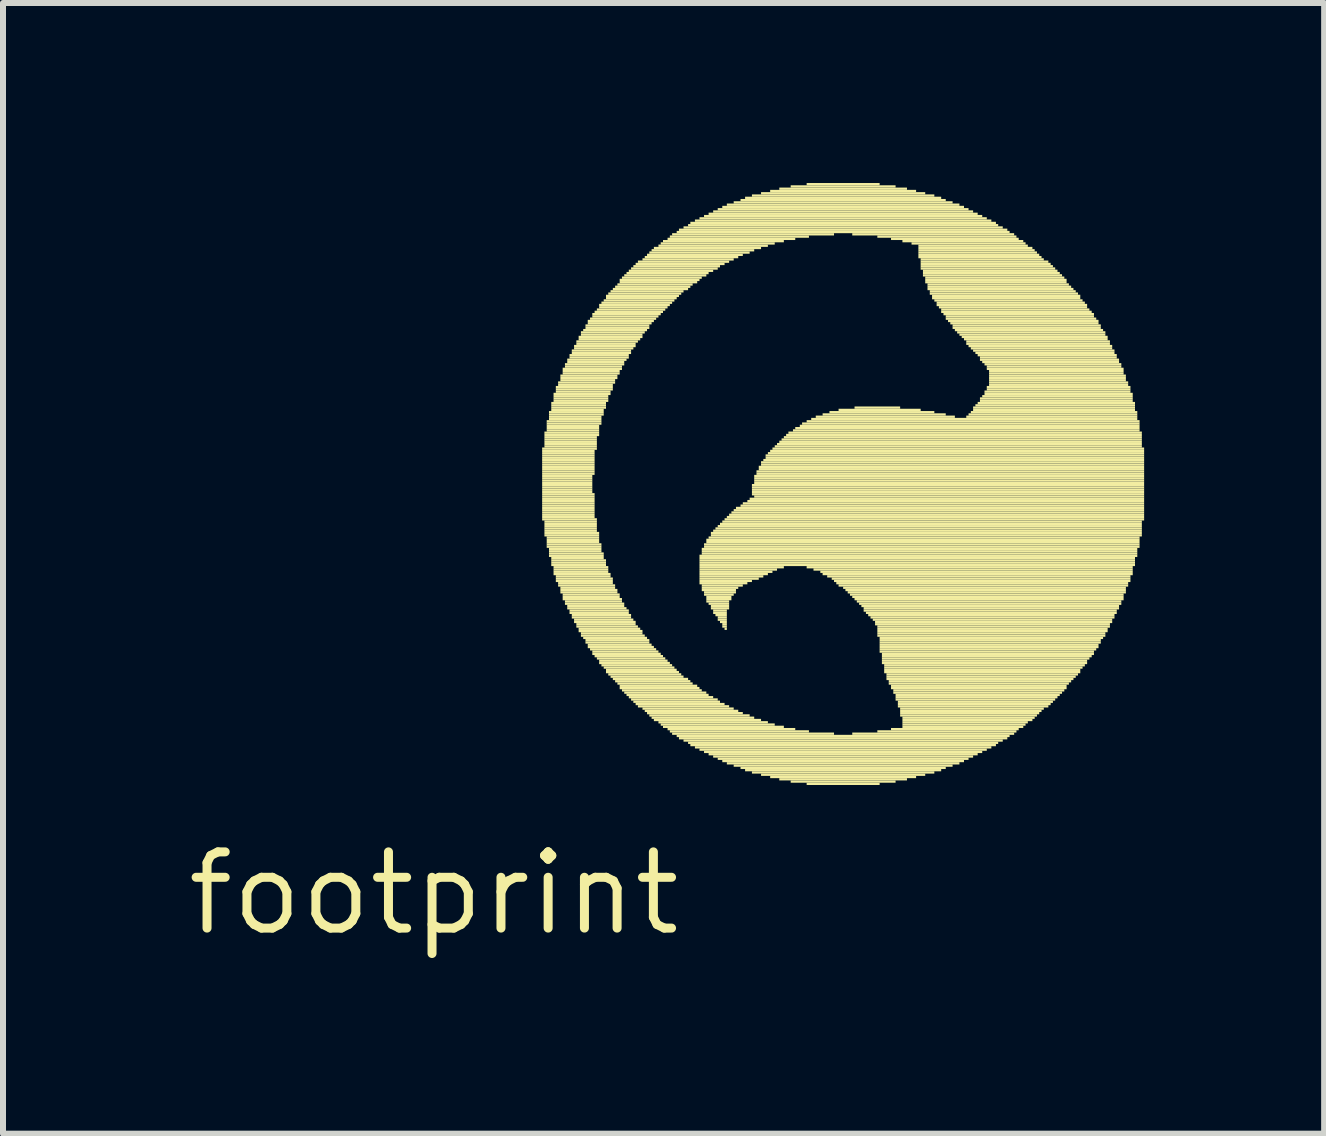
<source format=kicad_pcb>
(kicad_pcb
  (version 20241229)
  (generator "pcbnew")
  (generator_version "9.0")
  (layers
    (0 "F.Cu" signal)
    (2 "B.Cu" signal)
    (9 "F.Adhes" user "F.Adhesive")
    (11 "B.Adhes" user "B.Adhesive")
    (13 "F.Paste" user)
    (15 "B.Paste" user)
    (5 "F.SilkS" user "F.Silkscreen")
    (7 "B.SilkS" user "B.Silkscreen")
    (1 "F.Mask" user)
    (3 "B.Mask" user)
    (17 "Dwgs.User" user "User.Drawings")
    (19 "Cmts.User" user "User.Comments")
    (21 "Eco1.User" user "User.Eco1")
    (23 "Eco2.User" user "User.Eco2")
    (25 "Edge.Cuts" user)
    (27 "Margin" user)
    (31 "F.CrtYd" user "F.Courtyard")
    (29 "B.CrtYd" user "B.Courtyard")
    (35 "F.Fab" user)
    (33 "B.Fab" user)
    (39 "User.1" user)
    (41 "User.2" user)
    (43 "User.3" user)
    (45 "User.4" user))
  (footprint "footprint"
    (layer "F.Cu")
    (at 4.18 11.837)
    (property "Reference" "footprint" (at 0 0 0) (layer "F.SilkS") (effects (font (size 1.27 1.27) (thickness 0.15))))
    (fp_poly (pts (xy 1.805 -7.391) (xy 2.717 -7.391) (xy 2.717 -7.429) (xy 1.805 -7.429)) (stroke (width 0) (type solid)) (fill yes) (layer "F.SilkS"))
    (fp_poly (pts (xy 1.805 -7.353) (xy 2.679 -7.353) (xy 2.679 -7.391) (xy 1.805 -7.391)) (stroke (width 0) (type solid)) (fill yes) (layer "F.SilkS"))
    (fp_poly (pts (xy 1.805 -7.315) (xy 2.679 -7.315) (xy 2.679 -7.353) (xy 1.805 -7.353)) (stroke (width 0) (type solid)) (fill yes) (layer "F.SilkS"))
    (fp_poly (pts (xy 1.805 -7.277) (xy 2.679 -7.277) (xy 2.679 -7.315) (xy 1.805 -7.315)) (stroke (width 0) (type solid)) (fill yes) (layer "F.SilkS"))
    (fp_poly (pts (xy 1.805 -7.239) (xy 2.679 -7.239) (xy 2.679 -7.277) (xy 1.805 -7.277)) (stroke (width 0) (type solid)) (fill yes) (layer "F.SilkS"))
    (fp_poly (pts (xy 1.805 -7.201) (xy 2.679 -7.201) (xy 2.679 -7.239) (xy 1.805 -7.239)) (stroke (width 0) (type solid)) (fill yes) (layer "F.SilkS"))
    (fp_poly (pts (xy 1.805 -7.163) (xy 2.679 -7.163) (xy 2.679 -7.201) (xy 1.805 -7.201)) (stroke (width 0) (type solid)) (fill yes) (layer "F.SilkS"))
    (fp_poly (pts (xy 1.805 -7.125) (xy 2.679 -7.125) (xy 2.679 -7.163) (xy 1.805 -7.163)) (stroke (width 0) (type solid)) (fill yes) (layer "F.SilkS"))
    (fp_poly (pts (xy 1.805 -7.087) (xy 2.679 -7.087) (xy 2.679 -7.125) (xy 1.805 -7.125)) (stroke (width 0) (type solid)) (fill yes) (layer "F.SilkS"))
    (fp_poly (pts (xy 1.805 -7.049) (xy 2.679 -7.049) (xy 2.679 -7.087) (xy 1.805 -7.087)) (stroke (width 0) (type solid)) (fill yes) (layer "F.SilkS"))
    (fp_poly (pts (xy 1.805 -7.011) (xy 2.679 -7.011) (xy 2.679 -7.049) (xy 1.805 -7.049)) (stroke (width 0) (type solid)) (fill yes) (layer "F.SilkS"))
    (fp_poly (pts (xy 1.805 -6.973) (xy 2.679 -6.973) (xy 2.679 -7.011) (xy 1.805 -7.011)) (stroke (width 0) (type solid)) (fill yes) (layer "F.SilkS"))
    (fp_poly (pts (xy 1.805 -6.935) (xy 2.641 -6.935) (xy 2.641 -6.973) (xy 1.805 -6.973)) (stroke (width 0) (type solid)) (fill yes) (layer "F.SilkS"))
    (fp_poly (pts (xy 1.805 -6.897) (xy 2.641 -6.897) (xy 2.641 -6.935) (xy 1.805 -6.935)) (stroke (width 0) (type solid)) (fill yes) (layer "F.SilkS"))
    (fp_poly (pts (xy 1.805 -6.859) (xy 2.641 -6.859) (xy 2.641 -6.897) (xy 1.805 -6.897)) (stroke (width 0) (type solid)) (fill yes) (layer "F.SilkS"))
    (fp_poly (pts (xy 1.805 -6.821) (xy 2.641 -6.821) (xy 2.641 -6.859) (xy 1.805 -6.859)) (stroke (width 0) (type solid)) (fill yes) (layer "F.SilkS"))
    (fp_poly (pts (xy 1.805 -6.783) (xy 2.641 -6.783) (xy 2.641 -6.821) (xy 1.805 -6.821)) (stroke (width 0) (type solid)) (fill yes) (layer "F.SilkS"))
    (fp_poly (pts (xy 1.805 -6.745) (xy 2.641 -6.745) (xy 2.641 -6.783) (xy 1.805 -6.783)) (stroke (width 0) (type solid)) (fill yes) (layer "F.SilkS"))
    (fp_poly (pts (xy 1.805 -6.707) (xy 2.641 -6.707) (xy 2.641 -6.745) (xy 1.805 -6.745)) (stroke (width 0) (type solid)) (fill yes) (layer "F.SilkS"))
    (fp_poly (pts (xy 1.805 -6.669) (xy 2.641 -6.669) (xy 2.641 -6.707) (xy 1.805 -6.707)) (stroke (width 0) (type solid)) (fill yes) (layer "F.SilkS"))
    (fp_poly (pts (xy 1.805 -6.631) (xy 2.679 -6.631) (xy 2.679 -6.669) (xy 1.805 -6.669)) (stroke (width 0) (type solid)) (fill yes) (layer "F.SilkS"))
    (fp_poly (pts (xy 1.805 -6.593) (xy 2.679 -6.593) (xy 2.679 -6.631) (xy 1.805 -6.631)) (stroke (width 0) (type solid)) (fill yes) (layer "F.SilkS"))
    (fp_poly (pts (xy 1.805 -6.555) (xy 2.679 -6.555) (xy 2.679 -6.593) (xy 1.805 -6.593)) (stroke (width 0) (type solid)) (fill yes) (layer "F.SilkS"))
    (fp_poly (pts (xy 1.805 -6.517) (xy 2.679 -6.517) (xy 2.679 -6.555) (xy 1.805 -6.555)) (stroke (width 0) (type solid)) (fill yes) (layer "F.SilkS"))
    (fp_poly (pts (xy 1.805 -6.479) (xy 2.679 -6.479) (xy 2.679 -6.517) (xy 1.805 -6.517)) (stroke (width 0) (type solid)) (fill yes) (layer "F.SilkS"))
    (fp_poly (pts (xy 1.805 -6.441) (xy 2.679 -6.441) (xy 2.679 -6.479) (xy 1.805 -6.479)) (stroke (width 0) (type solid)) (fill yes) (layer "F.SilkS"))
    (fp_poly (pts (xy 1.805 -6.403) (xy 2.679 -6.403) (xy 2.679 -6.441) (xy 1.805 -6.441)) (stroke (width 0) (type solid)) (fill yes) (layer "F.SilkS"))
    (fp_poly (pts (xy 1.805 -6.365) (xy 2.679 -6.365) (xy 2.679 -6.403) (xy 1.805 -6.403)) (stroke (width 0) (type solid)) (fill yes) (layer "F.SilkS"))
    (fp_poly (pts (xy 1.805 -6.327) (xy 2.679 -6.327) (xy 2.679 -6.365) (xy 1.805 -6.365)) (stroke (width 0) (type solid)) (fill yes) (layer "F.SilkS"))
    (fp_poly (pts (xy 1.805 -6.289) (xy 2.679 -6.289) (xy 2.679 -6.327) (xy 1.805 -6.327)) (stroke (width 0) (type solid)) (fill yes) (layer "F.SilkS"))
    (fp_poly (pts (xy 1.805 -6.251) (xy 2.679 -6.251) (xy 2.679 -6.289) (xy 1.805 -6.289)) (stroke (width 0) (type solid)) (fill yes) (layer "F.SilkS"))
    (fp_poly (pts (xy 1.805 -6.213) (xy 2.717 -6.213) (xy 2.717 -6.251) (xy 1.805 -6.251)) (stroke (width 0) (type solid)) (fill yes) (layer "F.SilkS"))
    (fp_poly (pts (xy 1.843 -7.657) (xy 2.755 -7.657) (xy 2.755 -7.695) (xy 1.843 -7.695)) (stroke (width 0) (type solid)) (fill yes) (layer "F.SilkS"))
    (fp_poly (pts (xy 1.843 -7.619) (xy 2.755 -7.619) (xy 2.755 -7.657) (xy 1.843 -7.657)) (stroke (width 0) (type solid)) (fill yes) (layer "F.SilkS"))
    (fp_poly (pts (xy 1.843 -7.581) (xy 2.717 -7.581) (xy 2.717 -7.619) (xy 1.843 -7.619)) (stroke (width 0) (type solid)) (fill yes) (layer "F.SilkS"))
    (fp_poly (pts (xy 1.843 -7.543) (xy 2.717 -7.543) (xy 2.717 -7.581) (xy 1.843 -7.581)) (stroke (width 0) (type solid)) (fill yes) (layer "F.SilkS"))
    (fp_poly (pts (xy 1.843 -7.505) (xy 2.717 -7.505) (xy 2.717 -7.543) (xy 1.843 -7.543)) (stroke (width 0) (type solid)) (fill yes) (layer "F.SilkS"))
    (fp_poly (pts (xy 1.843 -7.467) (xy 2.717 -7.467) (xy 2.717 -7.505) (xy 1.843 -7.505)) (stroke (width 0) (type solid)) (fill yes) (layer "F.SilkS"))
    (fp_poly (pts (xy 1.843 -7.429) (xy 2.717 -7.429) (xy 2.717 -7.467) (xy 1.843 -7.467)) (stroke (width 0) (type solid)) (fill yes) (layer "F.SilkS"))
    (fp_poly (pts (xy 1.843 -6.175) (xy 2.717 -6.175) (xy 2.717 -6.213) (xy 1.843 -6.213)) (stroke (width 0) (type solid)) (fill yes) (layer "F.SilkS"))
    (fp_poly (pts (xy 1.843 -6.137) (xy 2.717 -6.137) (xy 2.717 -6.175) (xy 1.843 -6.175)) (stroke (width 0) (type solid)) (fill yes) (layer "F.SilkS"))
    (fp_poly (pts (xy 1.843 -6.099) (xy 2.717 -6.099) (xy 2.717 -6.137) (xy 1.843 -6.137)) (stroke (width 0) (type solid)) (fill yes) (layer "F.SilkS"))
    (fp_poly (pts (xy 1.843 -6.061) (xy 2.717 -6.061) (xy 2.717 -6.099) (xy 1.843 -6.099)) (stroke (width 0) (type solid)) (fill yes) (layer "F.SilkS"))
    (fp_poly (pts (xy 1.843 -6.023) (xy 2.717 -6.023) (xy 2.717 -6.061) (xy 1.843 -6.061)) (stroke (width 0) (type solid)) (fill yes) (layer "F.SilkS"))
    (fp_poly (pts (xy 1.843 -5.985) (xy 2.755 -5.985) (xy 2.755 -6.023) (xy 1.843 -6.023)) (stroke (width 0) (type solid)) (fill yes) (layer "F.SilkS"))
    (fp_poly (pts (xy 1.843 -5.947) (xy 2.755 -5.947) (xy 2.755 -5.985) (xy 1.843 -5.985)) (stroke (width 0) (type solid)) (fill yes) (layer "F.SilkS"))
    (fp_poly (pts (xy 1.881 -7.847) (xy 2.793 -7.847) (xy 2.793 -7.885) (xy 1.881 -7.885)) (stroke (width 0) (type solid)) (fill yes) (layer "F.SilkS"))
    (fp_poly (pts (xy 1.881 -7.809) (xy 2.793 -7.809) (xy 2.793 -7.847) (xy 1.881 -7.847)) (stroke (width 0) (type solid)) (fill yes) (layer "F.SilkS"))
    (fp_poly (pts (xy 1.881 -7.771) (xy 2.755 -7.771) (xy 2.755 -7.809) (xy 1.881 -7.809)) (stroke (width 0) (type solid)) (fill yes) (layer "F.SilkS"))
    (fp_poly (pts (xy 1.881 -7.733) (xy 2.755 -7.733) (xy 2.755 -7.771) (xy 1.881 -7.771)) (stroke (width 0) (type solid)) (fill yes) (layer "F.SilkS"))
    (fp_poly (pts (xy 1.881 -7.695) (xy 2.755 -7.695) (xy 2.755 -7.733) (xy 1.881 -7.733)) (stroke (width 0) (type solid)) (fill yes) (layer "F.SilkS"))
    (fp_poly (pts (xy 1.881 -5.909) (xy 2.755 -5.909) (xy 2.755 -5.947) (xy 1.881 -5.947)) (stroke (width 0) (type solid)) (fill yes) (layer "F.SilkS"))
    (fp_poly (pts (xy 1.881 -5.871) (xy 2.755 -5.871) (xy 2.755 -5.909) (xy 1.881 -5.909)) (stroke (width 0) (type solid)) (fill yes) (layer "F.SilkS"))
    (fp_poly (pts (xy 1.881 -5.833) (xy 2.755 -5.833) (xy 2.755 -5.871) (xy 1.881 -5.871)) (stroke (width 0) (type solid)) (fill yes) (layer "F.SilkS"))
    (fp_poly (pts (xy 1.881 -5.795) (xy 2.793 -5.795) (xy 2.793 -5.833) (xy 1.881 -5.833)) (stroke (width 0) (type solid)) (fill yes) (layer "F.SilkS"))
    (fp_poly (pts (xy 1.881 -5.757) (xy 2.793 -5.757) (xy 2.793 -5.795) (xy 1.881 -5.795)) (stroke (width 0) (type solid)) (fill yes) (layer "F.SilkS"))
    (fp_poly (pts (xy 1.919 -7.999) (xy 2.831 -7.999) (xy 2.831 -8.037) (xy 1.919 -8.037)) (stroke (width 0) (type solid)) (fill yes) (layer "F.SilkS"))
    (fp_poly (pts (xy 1.919 -7.961) (xy 2.831 -7.961) (xy 2.831 -7.999) (xy 1.919 -7.999)) (stroke (width 0) (type solid)) (fill yes) (layer "F.SilkS"))
    (fp_poly (pts (xy 1.919 -7.923) (xy 2.793 -7.923) (xy 2.793 -7.961) (xy 1.919 -7.961)) (stroke (width 0) (type solid)) (fill yes) (layer "F.SilkS"))
    (fp_poly (pts (xy 1.919 -7.885) (xy 2.793 -7.885) (xy 2.793 -7.923) (xy 1.919 -7.923)) (stroke (width 0) (type solid)) (fill yes) (layer "F.SilkS"))
    (fp_poly (pts (xy 1.919 -5.719) (xy 2.793 -5.719) (xy 2.793 -5.757) (xy 1.919 -5.757)) (stroke (width 0) (type solid)) (fill yes) (layer "F.SilkS"))
    (fp_poly (pts (xy 1.919 -5.681) (xy 2.793 -5.681) (xy 2.793 -5.719) (xy 1.919 -5.719)) (stroke (width 0) (type solid)) (fill yes) (layer "F.SilkS"))
    (fp_poly (pts (xy 1.919 -5.643) (xy 2.831 -5.643) (xy 2.831 -5.681) (xy 1.919 -5.681)) (stroke (width 0) (type solid)) (fill yes) (layer "F.SilkS"))
    (fp_poly (pts (xy 1.919 -5.605) (xy 2.831 -5.605) (xy 2.831 -5.643) (xy 1.919 -5.643)) (stroke (width 0) (type solid)) (fill yes) (layer "F.SilkS"))
    (fp_poly (pts (xy 1.957 -8.151) (xy 2.869 -8.151) (xy 2.869 -8.189) (xy 1.957 -8.189)) (stroke (width 0) (type solid)) (fill yes) (layer "F.SilkS"))
    (fp_poly (pts (xy 1.957 -8.113) (xy 2.869 -8.113) (xy 2.869 -8.151) (xy 1.957 -8.151)) (stroke (width 0) (type solid)) (fill yes) (layer "F.SilkS"))
    (fp_poly (pts (xy 1.957 -8.075) (xy 2.869 -8.075) (xy 2.869 -8.113) (xy 1.957 -8.113)) (stroke (width 0) (type solid)) (fill yes) (layer "F.SilkS"))
    (fp_poly (pts (xy 1.957 -8.037) (xy 2.831 -8.037) (xy 2.831 -8.075) (xy 1.957 -8.075)) (stroke (width 0) (type solid)) (fill yes) (layer "F.SilkS"))
    (fp_poly (pts (xy 1.957 -5.567) (xy 2.831 -5.567) (xy 2.831 -5.605) (xy 1.957 -5.605)) (stroke (width 0) (type solid)) (fill yes) (layer "F.SilkS"))
    (fp_poly (pts (xy 1.957 -5.529) (xy 2.869 -5.529) (xy 2.869 -5.567) (xy 1.957 -5.567)) (stroke (width 0) (type solid)) (fill yes) (layer "F.SilkS"))
    (fp_poly (pts (xy 1.957 -5.491) (xy 2.869 -5.491) (xy 2.869 -5.529) (xy 1.957 -5.529)) (stroke (width 0) (type solid)) (fill yes) (layer "F.SilkS"))
    (fp_poly (pts (xy 1.957 -5.453) (xy 2.869 -5.453) (xy 2.869 -5.491) (xy 1.957 -5.491)) (stroke (width 0) (type solid)) (fill yes) (layer "F.SilkS"))
    (fp_poly (pts (xy 1.995 -8.303) (xy 2.945 -8.303) (xy 2.945 -8.341) (xy 1.995 -8.341)) (stroke (width 0) (type solid)) (fill yes) (layer "F.SilkS"))
    (fp_poly (pts (xy 1.995 -8.265) (xy 2.907 -8.265) (xy 2.907 -8.303) (xy 1.995 -8.303)) (stroke (width 0) (type solid)) (fill yes) (layer "F.SilkS"))
    (fp_poly (pts (xy 1.995 -8.227) (xy 2.907 -8.227) (xy 2.907 -8.265) (xy 1.995 -8.265)) (stroke (width 0) (type solid)) (fill yes) (layer "F.SilkS"))
    (fp_poly (pts (xy 1.995 -8.189) (xy 2.907 -8.189) (xy 2.907 -8.227) (xy 1.995 -8.227)) (stroke (width 0) (type solid)) (fill yes) (layer "F.SilkS"))
    (fp_poly (pts (xy 1.995 -5.415) (xy 2.907 -5.415) (xy 2.907 -5.453) (xy 1.995 -5.453)) (stroke (width 0) (type solid)) (fill yes) (layer "F.SilkS"))
    (fp_poly (pts (xy 1.995 -5.377) (xy 2.907 -5.377) (xy 2.907 -5.415) (xy 1.995 -5.415)) (stroke (width 0) (type solid)) (fill yes) (layer "F.SilkS"))
    (fp_poly (pts (xy 1.995 -5.339) (xy 2.907 -5.339) (xy 2.907 -5.377) (xy 1.995 -5.377)) (stroke (width 0) (type solid)) (fill yes) (layer "F.SilkS"))
    (fp_poly (pts (xy 1.995 -5.301) (xy 2.945 -5.301) (xy 2.945 -5.339) (xy 1.995 -5.339)) (stroke (width 0) (type solid)) (fill yes) (layer "F.SilkS"))
    (fp_poly (pts (xy 2.033 -8.417) (xy 2.983 -8.417) (xy 2.983 -8.455) (xy 2.033 -8.455)) (stroke (width 0) (type solid)) (fill yes) (layer "F.SilkS"))
    (fp_poly (pts (xy 2.033 -8.379) (xy 2.983 -8.379) (xy 2.983 -8.417) (xy 2.033 -8.417)) (stroke (width 0) (type solid)) (fill yes) (layer "F.SilkS"))
    (fp_poly (pts (xy 2.033 -8.341) (xy 2.945 -8.341) (xy 2.945 -8.379) (xy 2.033 -8.379)) (stroke (width 0) (type solid)) (fill yes) (layer "F.SilkS"))
    (fp_poly (pts (xy 2.033 -5.263) (xy 2.945 -5.263) (xy 2.945 -5.301) (xy 2.033 -5.301)) (stroke (width 0) (type solid)) (fill yes) (layer "F.SilkS"))
    (fp_poly (pts (xy 2.033 -5.225) (xy 2.983 -5.225) (xy 2.983 -5.263) (xy 2.033 -5.263)) (stroke (width 0) (type solid)) (fill yes) (layer "F.SilkS"))
    (fp_poly (pts (xy 2.033 -5.187) (xy 2.983 -5.187) (xy 2.983 -5.225) (xy 2.033 -5.225)) (stroke (width 0) (type solid)) (fill yes) (layer "F.SilkS"))
    (fp_poly (pts (xy 2.071 -8.493) (xy 3.021 -8.493) (xy 3.021 -8.531) (xy 2.071 -8.531)) (stroke (width 0) (type solid)) (fill yes) (layer "F.SilkS"))
    (fp_poly (pts (xy 2.071 -8.455) (xy 2.983 -8.455) (xy 2.983 -8.493) (xy 2.071 -8.493)) (stroke (width 0) (type solid)) (fill yes) (layer "F.SilkS"))
    (fp_poly (pts (xy 2.071 -5.149) (xy 2.983 -5.149) (xy 2.983 -5.187) (xy 2.071 -5.187)) (stroke (width 0) (type solid)) (fill yes) (layer "F.SilkS"))
    (fp_poly (pts (xy 2.071 -5.111) (xy 3.021 -5.111) (xy 3.021 -5.149) (xy 2.071 -5.149)) (stroke (width 0) (type solid)) (fill yes) (layer "F.SilkS"))
    (fp_poly (pts (xy 2.109 -8.607) (xy 3.059 -8.607) (xy 3.059 -8.645) (xy 2.109 -8.645)) (stroke (width 0) (type solid)) (fill yes) (layer "F.SilkS"))
    (fp_poly (pts (xy 2.109 -8.569) (xy 3.059 -8.569) (xy 3.059 -8.607) (xy 2.109 -8.607)) (stroke (width 0) (type solid)) (fill yes) (layer "F.SilkS"))
    (fp_poly (pts (xy 2.109 -8.531) (xy 3.021 -8.531) (xy 3.021 -8.569) (xy 2.109 -8.569)) (stroke (width 0) (type solid)) (fill yes) (layer "F.SilkS"))
    (fp_poly (pts (xy 2.109 -5.073) (xy 3.021 -5.073) (xy 3.021 -5.111) (xy 2.109 -5.111)) (stroke (width 0) (type solid)) (fill yes) (layer "F.SilkS"))
    (fp_poly (pts (xy 2.109 -5.035) (xy 3.059 -5.035) (xy 3.059 -5.073) (xy 2.109 -5.073)) (stroke (width 0) (type solid)) (fill yes) (layer "F.SilkS"))
    (fp_poly (pts (xy 2.109 -4.997) (xy 3.059 -4.997) (xy 3.059 -5.035) (xy 2.109 -5.035)) (stroke (width 0) (type solid)) (fill yes) (layer "F.SilkS"))
    (fp_poly (pts (xy 2.147 -8.721) (xy 3.135 -8.721) (xy 3.135 -8.759) (xy 2.147 -8.759)) (stroke (width 0) (type solid)) (fill yes) (layer "F.SilkS"))
    (fp_poly (pts (xy 2.147 -8.683) (xy 3.097 -8.683) (xy 3.097 -8.721) (xy 2.147 -8.721)) (stroke (width 0) (type solid)) (fill yes) (layer "F.SilkS"))
    (fp_poly (pts (xy 2.147 -8.645) (xy 3.097 -8.645) (xy 3.097 -8.683) (xy 2.147 -8.683)) (stroke (width 0) (type solid)) (fill yes) (layer "F.SilkS"))
    (fp_poly (pts (xy 2.147 -4.959) (xy 3.097 -4.959) (xy 3.097 -4.997) (xy 2.147 -4.997)) (stroke (width 0) (type solid)) (fill yes) (layer "F.SilkS"))
    (fp_poly (pts (xy 2.147 -4.921) (xy 3.097 -4.921) (xy 3.097 -4.959) (xy 2.147 -4.959)) (stroke (width 0) (type solid)) (fill yes) (layer "F.SilkS"))
    (fp_poly (pts (xy 2.147 -4.883) (xy 3.135 -4.883) (xy 3.135 -4.921) (xy 2.147 -4.921)) (stroke (width 0) (type solid)) (fill yes) (layer "F.SilkS"))
    (fp_poly (pts (xy 2.185 -8.797) (xy 3.173 -8.797) (xy 3.173 -8.835) (xy 2.185 -8.835)) (stroke (width 0) (type solid)) (fill yes) (layer "F.SilkS"))
    (fp_poly (pts (xy 2.185 -8.759) (xy 3.135 -8.759) (xy 3.135 -8.797) (xy 2.185 -8.797)) (stroke (width 0) (type solid)) (fill yes) (layer "F.SilkS"))
    (fp_poly (pts (xy 2.185 -4.845) (xy 3.135 -4.845) (xy 3.135 -4.883) (xy 2.185 -4.883)) (stroke (width 0) (type solid)) (fill yes) (layer "F.SilkS"))
    (fp_poly (pts (xy 2.185 -4.807) (xy 3.173 -4.807) (xy 3.173 -4.845) (xy 2.185 -4.845)) (stroke (width 0) (type solid)) (fill yes) (layer "F.SilkS"))
    (fp_poly (pts (xy 2.223 -8.873) (xy 3.211 -8.873) (xy 3.211 -8.911) (xy 2.223 -8.911)) (stroke (width 0) (type solid)) (fill yes) (layer "F.SilkS"))
    (fp_poly (pts (xy 2.223 -8.835) (xy 3.173 -8.835) (xy 3.173 -8.873) (xy 2.223 -8.873)) (stroke (width 0) (type solid)) (fill yes) (layer "F.SilkS"))
    (fp_poly (pts (xy 2.223 -4.769) (xy 3.173 -4.769) (xy 3.173 -4.807) (xy 2.223 -4.807)) (stroke (width 0) (type solid)) (fill yes) (layer "F.SilkS"))
    (fp_poly (pts (xy 2.223 -4.731) (xy 3.211 -4.731) (xy 3.211 -4.769) (xy 2.223 -4.769)) (stroke (width 0) (type solid)) (fill yes) (layer "F.SilkS"))
    (fp_poly (pts (xy 2.261 -8.949) (xy 3.249 -8.949) (xy 3.249 -8.987) (xy 2.261 -8.987)) (stroke (width 0) (type solid)) (fill yes) (layer "F.SilkS"))
    (fp_poly (pts (xy 2.261 -8.911) (xy 3.249 -8.911) (xy 3.249 -8.949) (xy 2.261 -8.949)) (stroke (width 0) (type solid)) (fill yes) (layer "F.SilkS"))
    (fp_poly (pts (xy 2.261 -4.693) (xy 3.249 -4.693) (xy 3.249 -4.731) (xy 2.261 -4.731)) (stroke (width 0) (type solid)) (fill yes) (layer "F.SilkS"))
    (fp_poly (pts (xy 2.261 -4.655) (xy 3.249 -4.655) (xy 3.249 -4.693) (xy 2.261 -4.693)) (stroke (width 0) (type solid)) (fill yes) (layer "F.SilkS"))
    (fp_poly (pts (xy 2.299 -9.025) (xy 3.287 -9.025) (xy 3.287 -9.063) (xy 2.299 -9.063)) (stroke (width 0) (type solid)) (fill yes) (layer "F.SilkS"))
    (fp_poly (pts (xy 2.299 -8.987) (xy 3.287 -8.987) (xy 3.287 -9.025) (xy 2.299 -9.025)) (stroke (width 0) (type solid)) (fill yes) (layer "F.SilkS"))
    (fp_poly (pts (xy 2.299 -4.617) (xy 3.287 -4.617) (xy 3.287 -4.655) (xy 2.299 -4.655)) (stroke (width 0) (type solid)) (fill yes) (layer "F.SilkS"))
    (fp_poly (pts (xy 2.299 -4.579) (xy 3.287 -4.579) (xy 3.287 -4.617) (xy 2.299 -4.617)) (stroke (width 0) (type solid)) (fill yes) (layer "F.SilkS"))
    (fp_poly (pts (xy 2.337 -9.101) (xy 3.363 -9.101) (xy 3.363 -9.139) (xy 2.337 -9.139)) (stroke (width 0) (type solid)) (fill yes) (layer "F.SilkS"))
    (fp_poly (pts (xy 2.337 -9.063) (xy 3.325 -9.063) (xy 3.325 -9.101) (xy 2.337 -9.101)) (stroke (width 0) (type solid)) (fill yes) (layer "F.SilkS"))
    (fp_poly (pts (xy 2.337 -4.541) (xy 3.325 -4.541) (xy 3.325 -4.579) (xy 2.337 -4.579)) (stroke (width 0) (type solid)) (fill yes) (layer "F.SilkS"))
    (fp_poly (pts (xy 2.337 -4.503) (xy 3.363 -4.503) (xy 3.363 -4.541) (xy 2.337 -4.541)) (stroke (width 0) (type solid)) (fill yes) (layer "F.SilkS"))
    (fp_poly (pts (xy 2.375 -9.177) (xy 3.401 -9.177) (xy 3.401 -9.215) (xy 2.375 -9.215)) (stroke (width 0) (type solid)) (fill yes) (layer "F.SilkS"))
    (fp_poly (pts (xy 2.375 -9.139) (xy 3.363 -9.139) (xy 3.363 -9.177) (xy 2.375 -9.177)) (stroke (width 0) (type solid)) (fill yes) (layer "F.SilkS"))
    (fp_poly (pts (xy 2.375 -4.465) (xy 3.363 -4.465) (xy 3.363 -4.503) (xy 2.375 -4.503)) (stroke (width 0) (type solid)) (fill yes) (layer "F.SilkS"))
    (fp_poly (pts (xy 2.375 -4.427) (xy 3.401 -4.427) (xy 3.401 -4.465) (xy 2.375 -4.465)) (stroke (width 0) (type solid)) (fill yes) (layer "F.SilkS"))
    (fp_poly (pts (xy 2.413 -9.253) (xy 3.477 -9.253) (xy 3.477 -9.291) (xy 2.413 -9.291)) (stroke (width 0) (type solid)) (fill yes) (layer "F.SilkS"))
    (fp_poly (pts (xy 2.413 -9.215) (xy 3.439 -9.215) (xy 3.439 -9.253) (xy 2.413 -9.253)) (stroke (width 0) (type solid)) (fill yes) (layer "F.SilkS"))
    (fp_poly (pts (xy 2.413 -4.389) (xy 3.439 -4.389) (xy 3.439 -4.427) (xy 2.413 -4.427)) (stroke (width 0) (type solid)) (fill yes) (layer "F.SilkS"))
    (fp_poly (pts (xy 2.413 -4.351) (xy 3.477 -4.351) (xy 3.477 -4.389) (xy 2.413 -4.389)) (stroke (width 0) (type solid)) (fill yes) (layer "F.SilkS"))
    (fp_poly (pts (xy 2.451 -9.329) (xy 3.515 -9.329) (xy 3.515 -9.367) (xy 2.451 -9.367)) (stroke (width 0) (type solid)) (fill yes) (layer "F.SilkS"))
    (fp_poly (pts (xy 2.451 -9.291) (xy 3.477 -9.291) (xy 3.477 -9.329) (xy 2.451 -9.329)) (stroke (width 0) (type solid)) (fill yes) (layer "F.SilkS"))
    (fp_poly (pts (xy 2.451 -4.313) (xy 3.477 -4.313) (xy 3.477 -4.351) (xy 2.451 -4.351)) (stroke (width 0) (type solid)) (fill yes) (layer "F.SilkS"))
    (fp_poly (pts (xy 2.451 -4.275) (xy 3.515 -4.275) (xy 3.515 -4.313) (xy 2.451 -4.313)) (stroke (width 0) (type solid)) (fill yes) (layer "F.SilkS"))
    (fp_poly (pts (xy 2.489 -9.367) (xy 3.553 -9.367) (xy 3.553 -9.405) (xy 2.489 -9.405)) (stroke (width 0) (type solid)) (fill yes) (layer "F.SilkS"))
    (fp_poly (pts (xy 2.489 -4.237) (xy 3.553 -4.237) (xy 3.553 -4.275) (xy 2.489 -4.275)) (stroke (width 0) (type solid)) (fill yes) (layer "F.SilkS"))
    (fp_poly (pts (xy 2.527 -9.443) (xy 3.591 -9.443) (xy 3.591 -9.481) (xy 2.527 -9.481)) (stroke (width 0) (type solid)) (fill yes) (layer "F.SilkS"))
    (fp_poly (pts (xy 2.527 -9.405) (xy 3.591 -9.405) (xy 3.591 -9.443) (xy 2.527 -9.443)) (stroke (width 0) (type solid)) (fill yes) (layer "F.SilkS"))
    (fp_poly (pts (xy 2.527 -4.199) (xy 3.591 -4.199) (xy 3.591 -4.237) (xy 2.527 -4.237)) (stroke (width 0) (type solid)) (fill yes) (layer "F.SilkS"))
    (fp_poly (pts (xy 2.527 -4.161) (xy 3.591 -4.161) (xy 3.591 -4.199) (xy 2.527 -4.199)) (stroke (width 0) (type solid)) (fill yes) (layer "F.SilkS"))
    (fp_poly (pts (xy 2.565 -9.519) (xy 3.667 -9.519) (xy 3.667 -9.557) (xy 2.565 -9.557)) (stroke (width 0) (type solid)) (fill yes) (layer "F.SilkS"))
    (fp_poly (pts (xy 2.565 -9.481) (xy 3.629 -9.481) (xy 3.629 -9.519) (xy 2.565 -9.519)) (stroke (width 0) (type solid)) (fill yes) (layer "F.SilkS"))
    (fp_poly (pts (xy 2.565 -4.123) (xy 3.629 -4.123) (xy 3.629 -4.161) (xy 2.565 -4.161)) (stroke (width 0) (type solid)) (fill yes) (layer "F.SilkS"))
    (fp_poly (pts (xy 2.565 -4.085) (xy 3.667 -4.085) (xy 3.667 -4.123) (xy 2.565 -4.123)) (stroke (width 0) (type solid)) (fill yes) (layer "F.SilkS"))
    (fp_poly (pts (xy 2.603 -9.557) (xy 3.705 -9.557) (xy 3.705 -9.595) (xy 2.603 -9.595)) (stroke (width 0) (type solid)) (fill yes) (layer "F.SilkS"))
    (fp_poly (pts (xy 2.603 -4.047) (xy 3.705 -4.047) (xy 3.705 -4.085) (xy 2.603 -4.085)) (stroke (width 0) (type solid)) (fill yes) (layer "F.SilkS"))
    (fp_poly (pts (xy 2.641 -9.633) (xy 3.781 -9.633) (xy 3.781 -9.671) (xy 2.641 -9.671)) (stroke (width 0) (type solid)) (fill yes) (layer "F.SilkS"))
    (fp_poly (pts (xy 2.641 -9.595) (xy 3.743 -9.595) (xy 3.743 -9.633) (xy 2.641 -9.633)) (stroke (width 0) (type solid)) (fill yes) (layer "F.SilkS"))
    (fp_poly (pts (xy 2.641 -4.009) (xy 3.743 -4.009) (xy 3.743 -4.047) (xy 2.641 -4.047)) (stroke (width 0) (type solid)) (fill yes) (layer "F.SilkS"))
    (fp_poly (pts (xy 2.641 -3.971) (xy 3.781 -3.971) (xy 3.781 -4.009) (xy 2.641 -4.009)) (stroke (width 0) (type solid)) (fill yes) (layer "F.SilkS"))
    (fp_poly (pts (xy 2.679 -9.671) (xy 3.819 -9.671) (xy 3.819 -9.709) (xy 2.679 -9.709)) (stroke (width 0) (type solid)) (fill yes) (layer "F.SilkS"))
    (fp_poly (pts (xy 2.679 -3.933) (xy 3.819 -3.933) (xy 3.819 -3.971) (xy 2.679 -3.971)) (stroke (width 0) (type solid)) (fill yes) (layer "F.SilkS"))
    (fp_poly (pts (xy 2.717 -9.709) (xy 3.857 -9.709) (xy 3.857 -9.747) (xy 2.717 -9.747)) (stroke (width 0) (type solid)) (fill yes) (layer "F.SilkS"))
    (fp_poly (pts (xy 2.717 -3.895) (xy 3.857 -3.895) (xy 3.857 -3.933) (xy 2.717 -3.933)) (stroke (width 0) (type solid)) (fill yes) (layer "F.SilkS"))
    (fp_poly (pts (xy 2.755 -9.785) (xy 3.933 -9.785) (xy 3.933 -9.823) (xy 2.755 -9.823)) (stroke (width 0) (type solid)) (fill yes) (layer "F.SilkS"))
    (fp_poly (pts (xy 2.755 -9.747) (xy 3.895 -9.747) (xy 3.895 -9.785) (xy 2.755 -9.785)) (stroke (width 0) (type solid)) (fill yes) (layer "F.SilkS"))
    (fp_poly (pts (xy 2.755 -3.857) (xy 3.895 -3.857) (xy 3.895 -3.895) (xy 2.755 -3.895)) (stroke (width 0) (type solid)) (fill yes) (layer "F.SilkS"))
    (fp_poly (pts (xy 2.755 -3.819) (xy 3.933 -3.819) (xy 3.933 -3.857) (xy 2.755 -3.857)) (stroke (width 0) (type solid)) (fill yes) (layer "F.SilkS"))
    (fp_poly (pts (xy 2.793 -9.823) (xy 3.971 -9.823) (xy 3.971 -9.861) (xy 2.793 -9.861)) (stroke (width 0) (type solid)) (fill yes) (layer "F.SilkS"))
    (fp_poly (pts (xy 2.793 -3.781) (xy 3.971 -3.781) (xy 3.971 -3.819) (xy 2.793 -3.819)) (stroke (width 0) (type solid)) (fill yes) (layer "F.SilkS"))
    (fp_poly (pts (xy 2.831 -9.861) (xy 4.009 -9.861) (xy 4.009 -9.899) (xy 2.831 -9.899)) (stroke (width 0) (type solid)) (fill yes) (layer "F.SilkS"))
    (fp_poly (pts (xy 2.831 -3.743) (xy 4.009 -3.743) (xy 4.009 -3.781) (xy 2.831 -3.781)) (stroke (width 0) (type solid)) (fill yes) (layer "F.SilkS"))
    (fp_poly (pts (xy 2.869 -9.937) (xy 4.085 -9.937) (xy 4.085 -9.975) (xy 2.869 -9.975)) (stroke (width 0) (type solid)) (fill yes) (layer "F.SilkS"))
    (fp_poly (pts (xy 2.869 -9.899) (xy 4.047 -9.899) (xy 4.047 -9.937) (xy 2.869 -9.937)) (stroke (width 0) (type solid)) (fill yes) (layer "F.SilkS"))
    (fp_poly (pts (xy 2.869 -3.705) (xy 4.047 -3.705) (xy 4.047 -3.743) (xy 2.869 -3.743)) (stroke (width 0) (type solid)) (fill yes) (layer "F.SilkS"))
    (fp_poly (pts (xy 2.869 -3.667) (xy 4.085 -3.667) (xy 4.085 -3.705) (xy 2.869 -3.705)) (stroke (width 0) (type solid)) (fill yes) (layer "F.SilkS"))
    (fp_poly (pts (xy 2.907 -9.975) (xy 4.123 -9.975) (xy 4.123 -10.013) (xy 2.907 -10.013)) (stroke (width 0) (type solid)) (fill yes) (layer "F.SilkS"))
    (fp_poly (pts (xy 2.907 -3.629) (xy 4.123 -3.629) (xy 4.123 -3.667) (xy 2.907 -3.667)) (stroke (width 0) (type solid)) (fill yes) (layer "F.SilkS"))
    (fp_poly (pts (xy 2.945 -10.013) (xy 4.161 -10.013) (xy 4.161 -10.051) (xy 2.945 -10.051)) (stroke (width 0) (type solid)) (fill yes) (layer "F.SilkS"))
    (fp_poly (pts (xy 2.945 -3.591) (xy 4.161 -3.591) (xy 4.161 -3.629) (xy 2.945 -3.629)) (stroke (width 0) (type solid)) (fill yes) (layer "F.SilkS"))
    (fp_poly (pts (xy 2.983 -10.051) (xy 4.237 -10.051) (xy 4.237 -10.089) (xy 2.983 -10.089)) (stroke (width 0) (type solid)) (fill yes) (layer "F.SilkS"))
    (fp_poly (pts (xy 2.983 -3.553) (xy 4.237 -3.553) (xy 4.237 -3.591) (xy 2.983 -3.591)) (stroke (width 0) (type solid)) (fill yes) (layer "F.SilkS"))
    (fp_poly (pts (xy 3.021 -10.089) (xy 4.275 -10.089) (xy 4.275 -10.127) (xy 3.021 -10.127)) (stroke (width 0) (type solid)) (fill yes) (layer "F.SilkS"))
    (fp_poly (pts (xy 3.021 -3.515) (xy 4.275 -3.515) (xy 4.275 -3.553) (xy 3.021 -3.553)) (stroke (width 0) (type solid)) (fill yes) (layer "F.SilkS"))
    (fp_poly (pts (xy 3.059 -10.127) (xy 4.313 -10.127) (xy 4.313 -10.165) (xy 3.059 -10.165)) (stroke (width 0) (type solid)) (fill yes) (layer "F.SilkS"))
    (fp_poly (pts (xy 3.059 -3.477) (xy 4.313 -3.477) (xy 4.313 -3.515) (xy 3.059 -3.515)) (stroke (width 0) (type solid)) (fill yes) (layer "F.SilkS"))
    (fp_poly (pts (xy 3.097 -10.203) (xy 4.427 -10.203) (xy 4.427 -10.241) (xy 3.097 -10.241)) (stroke (width 0) (type solid)) (fill yes) (layer "F.SilkS"))
    (fp_poly (pts (xy 3.097 -10.165) (xy 4.389 -10.165) (xy 4.389 -10.203) (xy 3.097 -10.203)) (stroke (width 0) (type solid)) (fill yes) (layer "F.SilkS"))
    (fp_poly (pts (xy 3.097 -3.439) (xy 4.389 -3.439) (xy 4.389 -3.477) (xy 3.097 -3.477)) (stroke (width 0) (type solid)) (fill yes) (layer "F.SilkS"))
    (fp_poly (pts (xy 3.097 -3.401) (xy 4.427 -3.401) (xy 4.427 -3.439) (xy 3.097 -3.439)) (stroke (width 0) (type solid)) (fill yes) (layer "F.SilkS"))
    (fp_poly (pts (xy 3.135 -10.241) (xy 4.465 -10.241) (xy 4.465 -10.279) (xy 3.135 -10.279)) (stroke (width 0) (type solid)) (fill yes) (layer "F.SilkS"))
    (fp_poly (pts (xy 3.135 -3.363) (xy 4.465 -3.363) (xy 4.465 -3.401) (xy 3.135 -3.401)) (stroke (width 0) (type solid)) (fill yes) (layer "F.SilkS"))
    (fp_poly (pts (xy 3.173 -10.279) (xy 4.541 -10.279) (xy 4.541 -10.317) (xy 3.173 -10.317)) (stroke (width 0) (type solid)) (fill yes) (layer "F.SilkS"))
    (fp_poly (pts (xy 3.173 -3.325) (xy 4.541 -3.325) (xy 4.541 -3.363) (xy 3.173 -3.363)) (stroke (width 0) (type solid)) (fill yes) (layer "F.SilkS"))
    (fp_poly (pts (xy 3.211 -10.317) (xy 4.579 -10.317) (xy 4.579 -10.355) (xy 3.211 -10.355)) (stroke (width 0) (type solid)) (fill yes) (layer "F.SilkS"))
    (fp_poly (pts (xy 3.211 -3.287) (xy 4.579 -3.287) (xy 4.579 -3.325) (xy 3.211 -3.325)) (stroke (width 0) (type solid)) (fill yes) (layer "F.SilkS"))
    (fp_poly (pts (xy 3.249 -10.355) (xy 4.655 -10.355) (xy 4.655 -10.393) (xy 3.249 -10.393)) (stroke (width 0) (type solid)) (fill yes) (layer "F.SilkS"))
    (fp_poly (pts (xy 3.249 -3.249) (xy 4.655 -3.249) (xy 4.655 -3.287) (xy 3.249 -3.287)) (stroke (width 0) (type solid)) (fill yes) (layer "F.SilkS"))
    (fp_poly (pts (xy 3.287 -10.393) (xy 4.731 -10.393) (xy 4.731 -10.431) (xy 3.287 -10.431)) (stroke (width 0) (type solid)) (fill yes) (layer "F.SilkS"))
    (fp_poly (pts (xy 3.287 -3.211) (xy 4.731 -3.211) (xy 4.731 -3.249) (xy 3.287 -3.249)) (stroke (width 0) (type solid)) (fill yes) (layer "F.SilkS"))
    (fp_poly (pts (xy 3.325 -10.431) (xy 4.769 -10.431) (xy 4.769 -10.469) (xy 3.325 -10.469)) (stroke (width 0) (type solid)) (fill yes) (layer "F.SilkS"))
    (fp_poly (pts (xy 3.325 -3.173) (xy 4.769 -3.173) (xy 4.769 -3.211) (xy 3.325 -3.211)) (stroke (width 0) (type solid)) (fill yes) (layer "F.SilkS"))
    (fp_poly (pts (xy 3.363 -10.469) (xy 4.845 -10.469) (xy 4.845 -10.507) (xy 3.363 -10.507)) (stroke (width 0) (type solid)) (fill yes) (layer "F.SilkS"))
    (fp_poly (pts (xy 3.363 -3.135) (xy 4.845 -3.135) (xy 4.845 -3.173) (xy 3.363 -3.173)) (stroke (width 0) (type solid)) (fill yes) (layer "F.SilkS"))
    (fp_poly (pts (xy 3.401 -10.507) (xy 4.921 -10.507) (xy 4.921 -10.545) (xy 3.401 -10.545)) (stroke (width 0) (type solid)) (fill yes) (layer "F.SilkS"))
    (fp_poly (pts (xy 3.401 -3.097) (xy 4.921 -3.097) (xy 4.921 -3.135) (xy 3.401 -3.135)) (stroke (width 0) (type solid)) (fill yes) (layer "F.SilkS"))
    (fp_poly (pts (xy 3.477 -10.545) (xy 4.997 -10.545) (xy 4.997 -10.583) (xy 3.477 -10.583)) (stroke (width 0) (type solid)) (fill yes) (layer "F.SilkS"))
    (fp_poly (pts (xy 3.477 -3.059) (xy 4.997 -3.059) (xy 4.997 -3.097) (xy 3.477 -3.097)) (stroke (width 0) (type solid)) (fill yes) (layer "F.SilkS"))
    (fp_poly (pts (xy 3.515 -10.583) (xy 5.073 -10.583) (xy 5.073 -10.621) (xy 3.515 -10.621)) (stroke (width 0) (type solid)) (fill yes) (layer "F.SilkS"))
    (fp_poly (pts (xy 3.515 -3.021) (xy 5.073 -3.021) (xy 5.073 -3.059) (xy 3.515 -3.059)) (stroke (width 0) (type solid)) (fill yes) (layer "F.SilkS"))
    (fp_poly (pts (xy 3.553 -10.621) (xy 5.149 -10.621) (xy 5.149 -10.659) (xy 3.553 -10.659)) (stroke (width 0) (type solid)) (fill yes) (layer "F.SilkS"))
    (fp_poly (pts (xy 3.553 -2.983) (xy 5.149 -2.983) (xy 5.149 -3.021) (xy 3.553 -3.021)) (stroke (width 0) (type solid)) (fill yes) (layer "F.SilkS"))
    (fp_poly (pts (xy 3.591 -10.659) (xy 5.263 -10.659) (xy 5.263 -10.697) (xy 3.591 -10.697)) (stroke (width 0) (type solid)) (fill yes) (layer "F.SilkS"))
    (fp_poly (pts (xy 3.591 -2.945) (xy 5.263 -2.945) (xy 5.263 -2.983) (xy 3.591 -2.983)) (stroke (width 0) (type solid)) (fill yes) (layer "F.SilkS"))
    (fp_poly (pts (xy 3.629 -10.697) (xy 5.339 -10.697) (xy 5.339 -10.735) (xy 3.629 -10.735)) (stroke (width 0) (type solid)) (fill yes) (layer "F.SilkS"))
    (fp_poly (pts (xy 3.629 -2.907) (xy 5.339 -2.907) (xy 5.339 -2.945) (xy 3.629 -2.945)) (stroke (width 0) (type solid)) (fill yes) (layer "F.SilkS"))
    (fp_poly (pts (xy 3.667 -10.735) (xy 5.453 -10.735) (xy 5.453 -10.773) (xy 3.667 -10.773)) (stroke (width 0) (type solid)) (fill yes) (layer "F.SilkS"))
    (fp_poly (pts (xy 3.667 -2.869) (xy 5.453 -2.869) (xy 5.453 -2.907) (xy 3.667 -2.907)) (stroke (width 0) (type solid)) (fill yes) (layer "F.SilkS"))
    (fp_poly (pts (xy 3.743 -10.773) (xy 5.567 -10.773) (xy 5.567 -10.811) (xy 3.743 -10.811)) (stroke (width 0) (type solid)) (fill yes) (layer "F.SilkS"))
    (fp_poly (pts (xy 3.743 -2.831) (xy 5.567 -2.831) (xy 5.567 -2.869) (xy 3.743 -2.869)) (stroke (width 0) (type solid)) (fill yes) (layer "F.SilkS"))
    (fp_poly (pts (xy 3.781 -10.811) (xy 5.681 -10.811) (xy 5.681 -10.849) (xy 3.781 -10.849)) (stroke (width 0) (type solid)) (fill yes) (layer "F.SilkS"))
    (fp_poly (pts (xy 3.781 -2.793) (xy 5.681 -2.793) (xy 5.681 -2.831) (xy 3.781 -2.831)) (stroke (width 0) (type solid)) (fill yes) (layer "F.SilkS"))
    (fp_poly (pts (xy 3.819 -10.849) (xy 5.833 -10.849) (xy 5.833 -10.887) (xy 3.819 -10.887)) (stroke (width 0) (type solid)) (fill yes) (layer "F.SilkS"))
    (fp_poly (pts (xy 3.819 -2.755) (xy 5.833 -2.755) (xy 5.833 -2.793) (xy 3.819 -2.793)) (stroke (width 0) (type solid)) (fill yes) (layer "F.SilkS"))
    (fp_poly (pts (xy 3.895 -10.887) (xy 6.023 -10.887) (xy 6.023 -10.925) (xy 3.895 -10.925)) (stroke (width 0) (type solid)) (fill yes) (layer "F.SilkS"))
    (fp_poly (pts (xy 3.895 -2.717) (xy 6.023 -2.717) (xy 6.023 -2.755) (xy 3.895 -2.755)) (stroke (width 0) (type solid)) (fill yes) (layer "F.SilkS"))
    (fp_poly (pts (xy 3.933 -10.925) (xy 6.251 -10.925) (xy 6.251 -10.963) (xy 3.933 -10.963)) (stroke (width 0) (type solid)) (fill yes) (layer "F.SilkS"))
    (fp_poly (pts (xy 3.933 -2.679) (xy 6.251 -2.679) (xy 6.251 -2.717) (xy 3.933 -2.717)) (stroke (width 0) (type solid)) (fill yes) (layer "F.SilkS"))
    (fp_poly (pts (xy 3.971 -10.963) (xy 6.669 -10.963) (xy 6.669 -11.001) (xy 3.971 -11.001)) (stroke (width 0) (type solid)) (fill yes) (layer "F.SilkS"))
    (fp_poly (pts (xy 3.971 -2.641) (xy 6.669 -2.641) (xy 6.669 -2.679) (xy 3.971 -2.679)) (stroke (width 0) (type solid)) (fill yes) (layer "F.SilkS"))
    (fp_poly (pts (xy 4.047 -11.001) (xy 9.595 -11.001) (xy 9.595 -11.039) (xy 4.047 -11.039)) (stroke (width 0) (type solid)) (fill yes) (layer "F.SilkS"))
    (fp_poly (pts (xy 4.047 -2.603) (xy 9.595 -2.603) (xy 9.595 -2.641) (xy 4.047 -2.641)) (stroke (width 0) (type solid)) (fill yes) (layer "F.SilkS"))
    (fp_poly (pts (xy 4.085 -11.039) (xy 9.557 -11.039) (xy 9.557 -11.077) (xy 4.085 -11.077)) (stroke (width 0) (type solid)) (fill yes) (layer "F.SilkS"))
    (fp_poly (pts (xy 4.085 -2.565) (xy 9.557 -2.565) (xy 9.557 -2.603) (xy 4.085 -2.603)) (stroke (width 0) (type solid)) (fill yes) (layer "F.SilkS"))
    (fp_poly (pts (xy 4.161 -11.077) (xy 9.481 -11.077) (xy 9.481 -11.115) (xy 4.161 -11.115)) (stroke (width 0) (type solid)) (fill yes) (layer "F.SilkS"))
    (fp_poly (pts (xy 4.161 -2.527) (xy 9.481 -2.527) (xy 9.481 -2.565) (xy 4.161 -2.565)) (stroke (width 0) (type solid)) (fill yes) (layer "F.SilkS"))
    (fp_poly (pts (xy 4.237 -11.115) (xy 9.405 -11.115) (xy 9.405 -11.153) (xy 4.237 -11.153)) (stroke (width 0) (type solid)) (fill yes) (layer "F.SilkS"))
    (fp_poly (pts (xy 4.237 -2.489) (xy 9.405 -2.489) (xy 9.405 -2.527) (xy 4.237 -2.527)) (stroke (width 0) (type solid)) (fill yes) (layer "F.SilkS"))
    (fp_poly (pts (xy 4.275 -11.153) (xy 9.367 -11.153) (xy 9.367 -11.191) (xy 4.275 -11.191)) (stroke (width 0) (type solid)) (fill yes) (layer "F.SilkS"))
    (fp_poly (pts (xy 4.275 -2.451) (xy 9.367 -2.451) (xy 9.367 -2.489) (xy 4.275 -2.489)) (stroke (width 0) (type solid)) (fill yes) (layer "F.SilkS"))
    (fp_poly (pts (xy 4.351 -11.191) (xy 9.291 -11.191) (xy 9.291 -11.229) (xy 4.351 -11.229)) (stroke (width 0) (type solid)) (fill yes) (layer "F.SilkS"))
    (fp_poly (pts (xy 4.351 -2.413) (xy 9.291 -2.413) (xy 9.291 -2.451) (xy 4.351 -2.451)) (stroke (width 0) (type solid)) (fill yes) (layer "F.SilkS"))
    (fp_poly (pts (xy 4.427 -11.229) (xy 9.215 -11.229) (xy 9.215 -11.267) (xy 4.427 -11.267)) (stroke (width 0) (type solid)) (fill yes) (layer "F.SilkS"))
    (fp_poly (pts (xy 4.427 -5.605) (xy 11.723 -5.605) (xy 11.723 -5.643) (xy 4.427 -5.643)) (stroke (width 0) (type solid)) (fill yes) (layer "F.SilkS"))
    (fp_poly (pts (xy 4.427 -5.567) (xy 11.685 -5.567) (xy 11.685 -5.605) (xy 4.427 -5.605)) (stroke (width 0) (type solid)) (fill yes) (layer "F.SilkS"))
    (fp_poly (pts (xy 4.427 -5.529) (xy 11.685 -5.529) (xy 11.685 -5.567) (xy 4.427 -5.567)) (stroke (width 0) (type solid)) (fill yes) (layer "F.SilkS"))
    (fp_poly (pts (xy 4.427 -5.491) (xy 11.685 -5.491) (xy 11.685 -5.529) (xy 4.427 -5.529)) (stroke (width 0) (type solid)) (fill yes) (layer "F.SilkS"))
    (fp_poly (pts (xy 4.427 -5.453) (xy 11.685 -5.453) (xy 11.685 -5.491) (xy 4.427 -5.491)) (stroke (width 0) (type solid)) (fill yes) (layer "F.SilkS"))
    (fp_poly (pts (xy 4.427 -5.415) (xy 5.833 -5.415) (xy 5.833 -5.453) (xy 4.427 -5.453)) (stroke (width 0) (type solid)) (fill yes) (layer "F.SilkS"))
    (fp_poly (pts (xy 4.427 -5.377) (xy 5.719 -5.377) (xy 5.719 -5.415) (xy 4.427 -5.415)) (stroke (width 0) (type solid)) (fill yes) (layer "F.SilkS"))
    (fp_poly (pts (xy 4.427 -5.339) (xy 5.643 -5.339) (xy 5.643 -5.377) (xy 4.427 -5.377)) (stroke (width 0) (type solid)) (fill yes) (layer "F.SilkS"))
    (fp_poly (pts (xy 4.427 -5.301) (xy 5.567 -5.301) (xy 5.567 -5.339) (xy 4.427 -5.339)) (stroke (width 0) (type solid)) (fill yes) (layer "F.SilkS"))
    (fp_poly (pts (xy 4.427 -5.263) (xy 5.491 -5.263) (xy 5.491 -5.301) (xy 4.427 -5.301)) (stroke (width 0) (type solid)) (fill yes) (layer "F.SilkS"))
    (fp_poly (pts (xy 4.427 -5.225) (xy 5.415 -5.225) (xy 5.415 -5.263) (xy 4.427 -5.263)) (stroke (width 0) (type solid)) (fill yes) (layer "F.SilkS"))
    (fp_poly (pts (xy 4.427 -5.187) (xy 5.301 -5.187) (xy 5.301 -5.225) (xy 4.427 -5.225)) (stroke (width 0) (type solid)) (fill yes) (layer "F.SilkS"))
    (fp_poly (pts (xy 4.427 -5.149) (xy 5.225 -5.149) (xy 5.225 -5.187) (xy 4.427 -5.187)) (stroke (width 0) (type solid)) (fill yes) (layer "F.SilkS"))
    (fp_poly (pts (xy 4.427 -2.375) (xy 9.215 -2.375) (xy 9.215 -2.413) (xy 4.427 -2.413)) (stroke (width 0) (type solid)) (fill yes) (layer "F.SilkS"))
    (fp_poly (pts (xy 4.465 -5.719) (xy 11.723 -5.719) (xy 11.723 -5.757) (xy 4.465 -5.757)) (stroke (width 0) (type solid)) (fill yes) (layer "F.SilkS"))
    (fp_poly (pts (xy 4.465 -5.681) (xy 11.723 -5.681) (xy 11.723 -5.719) (xy 4.465 -5.719)) (stroke (width 0) (type solid)) (fill yes) (layer "F.SilkS"))
    (fp_poly (pts (xy 4.465 -5.643) (xy 11.723 -5.643) (xy 11.723 -5.681) (xy 4.465 -5.681)) (stroke (width 0) (type solid)) (fill yes) (layer "F.SilkS"))
    (fp_poly (pts (xy 4.465 -5.111) (xy 5.149 -5.111) (xy 5.149 -5.149) (xy 4.465 -5.149)) (stroke (width 0) (type solid)) (fill yes) (layer "F.SilkS"))
    (fp_poly (pts (xy 4.465 -5.073) (xy 5.073 -5.073) (xy 5.073 -5.111) (xy 4.465 -5.111)) (stroke (width 0) (type solid)) (fill yes) (layer "F.SilkS"))
    (fp_poly (pts (xy 4.465 -5.035) (xy 5.035 -5.035) (xy 5.035 -5.073) (xy 4.465 -5.073)) (stroke (width 0) (type solid)) (fill yes) (layer "F.SilkS"))
    (fp_poly (pts (xy 4.503 -11.267) (xy 9.139 -11.267) (xy 9.139 -11.305) (xy 4.503 -11.305)) (stroke (width 0) (type solid)) (fill yes) (layer "F.SilkS"))
    (fp_poly (pts (xy 4.503 -5.795) (xy 11.761 -5.795) (xy 11.761 -5.833) (xy 4.503 -5.833)) (stroke (width 0) (type solid)) (fill yes) (layer "F.SilkS"))
    (fp_poly (pts (xy 4.503 -5.757) (xy 11.761 -5.757) (xy 11.761 -5.795) (xy 4.503 -5.795)) (stroke (width 0) (type solid)) (fill yes) (layer "F.SilkS"))
    (fp_poly (pts (xy 4.503 -4.997) (xy 5.035 -4.997) (xy 5.035 -5.035) (xy 4.503 -5.035)) (stroke (width 0) (type solid)) (fill yes) (layer "F.SilkS"))
    (fp_poly (pts (xy 4.503 -4.959) (xy 4.997 -4.959) (xy 4.997 -4.997) (xy 4.503 -4.997)) (stroke (width 0) (type solid)) (fill yes) (layer "F.SilkS"))
    (fp_poly (pts (xy 4.503 -2.337) (xy 9.139 -2.337) (xy 9.139 -2.375) (xy 4.503 -2.375)) (stroke (width 0) (type solid)) (fill yes) (layer "F.SilkS"))
    (fp_poly (pts (xy 4.541 -5.871) (xy 11.761 -5.871) (xy 11.761 -5.909) (xy 4.541 -5.909)) (stroke (width 0) (type solid)) (fill yes) (layer "F.SilkS"))
    (fp_poly (pts (xy 4.541 -5.833) (xy 11.761 -5.833) (xy 11.761 -5.871) (xy 4.541 -5.871)) (stroke (width 0) (type solid)) (fill yes) (layer "F.SilkS"))
    (fp_poly (pts (xy 4.541 -4.921) (xy 4.959 -4.921) (xy 4.959 -4.959) (xy 4.541 -4.959)) (stroke (width 0) (type solid)) (fill yes) (layer "F.SilkS"))
    (fp_poly (pts (xy 4.541 -4.883) (xy 4.959 -4.883) (xy 4.959 -4.921) (xy 4.541 -4.921)) (stroke (width 0) (type solid)) (fill yes) (layer "F.SilkS"))
    (fp_poly (pts (xy 4.541 -4.845) (xy 4.921 -4.845) (xy 4.921 -4.883) (xy 4.541 -4.883)) (stroke (width 0) (type solid)) (fill yes) (layer "F.SilkS"))
    (fp_poly (pts (xy 4.579 -11.305) (xy 9.063 -11.305) (xy 9.063 -11.343) (xy 4.579 -11.343)) (stroke (width 0) (type solid)) (fill yes) (layer "F.SilkS"))
    (fp_poly (pts (xy 4.579 -5.909) (xy 11.761 -5.909) (xy 11.761 -5.947) (xy 4.579 -5.947)) (stroke (width 0) (type solid)) (fill yes) (layer "F.SilkS"))
    (fp_poly (pts (xy 4.579 -4.807) (xy 4.921 -4.807) (xy 4.921 -4.845) (xy 4.579 -4.845)) (stroke (width 0) (type solid)) (fill yes) (layer "F.SilkS"))
    (fp_poly (pts (xy 4.579 -2.299) (xy 9.063 -2.299) (xy 9.063 -2.337) (xy 4.579 -2.337)) (stroke (width 0) (type solid)) (fill yes) (layer "F.SilkS"))
    (fp_poly (pts (xy 4.617 -5.985) (xy 11.799 -5.985) (xy 11.799 -6.023) (xy 4.617 -6.023)) (stroke (width 0) (type solid)) (fill yes) (layer "F.SilkS"))
    (fp_poly (pts (xy 4.617 -5.947) (xy 11.799 -5.947) (xy 11.799 -5.985) (xy 4.617 -5.985)) (stroke (width 0) (type solid)) (fill yes) (layer "F.SilkS"))
    (fp_poly (pts (xy 4.617 -4.769) (xy 4.921 -4.769) (xy 4.921 -4.807) (xy 4.617 -4.807)) (stroke (width 0) (type solid)) (fill yes) (layer "F.SilkS"))
    (fp_poly (pts (xy 4.617 -4.731) (xy 4.921 -4.731) (xy 4.921 -4.769) (xy 4.617 -4.769)) (stroke (width 0) (type solid)) (fill yes) (layer "F.SilkS"))
    (fp_poly (pts (xy 4.655 -11.343) (xy 8.987 -11.343) (xy 8.987 -11.381) (xy 4.655 -11.381)) (stroke (width 0) (type solid)) (fill yes) (layer "F.SilkS"))
    (fp_poly (pts (xy 4.655 -6.023) (xy 11.799 -6.023) (xy 11.799 -6.061) (xy 4.655 -6.061)) (stroke (width 0) (type solid)) (fill yes) (layer "F.SilkS"))
    (fp_poly (pts (xy 4.655 -4.693) (xy 4.883 -4.693) (xy 4.883 -4.731) (xy 4.655 -4.731)) (stroke (width 0) (type solid)) (fill yes) (layer "F.SilkS"))
    (fp_poly (pts (xy 4.655 -4.655) (xy 4.883 -4.655) (xy 4.883 -4.693) (xy 4.655 -4.693)) (stroke (width 0) (type solid)) (fill yes) (layer "F.SilkS"))
    (fp_poly (pts (xy 4.655 -2.261) (xy 8.987 -2.261) (xy 8.987 -2.299) (xy 4.655 -2.299)) (stroke (width 0) (type solid)) (fill yes) (layer "F.SilkS"))
    (fp_poly (pts (xy 4.693 -6.061) (xy 11.799 -6.061) (xy 11.799 -6.099) (xy 4.693 -6.099)) (stroke (width 0) (type solid)) (fill yes) (layer "F.SilkS"))
    (fp_poly (pts (xy 4.693 -4.617) (xy 4.883 -4.617) (xy 4.883 -4.655) (xy 4.693 -4.655)) (stroke (width 0) (type solid)) (fill yes) (layer "F.SilkS"))
    (fp_poly (pts (xy 4.731 -11.381) (xy 8.911 -11.381) (xy 8.911 -11.419) (xy 4.731 -11.419)) (stroke (width 0) (type solid)) (fill yes) (layer "F.SilkS"))
    (fp_poly (pts (xy 4.731 -6.099) (xy 11.799 -6.099) (xy 11.799 -6.137) (xy 4.731 -6.137)) (stroke (width 0) (type solid)) (fill yes) (layer "F.SilkS"))
    (fp_poly (pts (xy 4.731 -4.579) (xy 4.883 -4.579) (xy 4.883 -4.617) (xy 4.731 -4.617)) (stroke (width 0) (type solid)) (fill yes) (layer "F.SilkS"))
    (fp_poly (pts (xy 4.731 -4.541) (xy 4.883 -4.541) (xy 4.883 -4.579) (xy 4.731 -4.579)) (stroke (width 0) (type solid)) (fill yes) (layer "F.SilkS"))
    (fp_poly (pts (xy 4.731 -2.223) (xy 8.911 -2.223) (xy 8.911 -2.261) (xy 4.731 -2.261)) (stroke (width 0) (type solid)) (fill yes) (layer "F.SilkS"))
    (fp_poly (pts (xy 4.769 -6.137) (xy 11.799 -6.137) (xy 11.799 -6.175) (xy 4.769 -6.175)) (stroke (width 0) (type solid)) (fill yes) (layer "F.SilkS"))
    (fp_poly (pts (xy 4.769 -4.503) (xy 4.883 -4.503) (xy 4.883 -4.541) (xy 4.769 -4.541)) (stroke (width 0) (type solid)) (fill yes) (layer "F.SilkS"))
    (fp_poly (pts (xy 4.807 -11.419) (xy 8.835 -11.419) (xy 8.835 -11.457) (xy 4.807 -11.457)) (stroke (width 0) (type solid)) (fill yes) (layer "F.SilkS"))
    (fp_poly (pts (xy 4.807 -6.175) (xy 11.799 -6.175) (xy 11.799 -6.213) (xy 4.807 -6.213)) (stroke (width 0) (type solid)) (fill yes) (layer "F.SilkS"))
    (fp_poly (pts (xy 4.807 -4.465) (xy 4.883 -4.465) (xy 4.883 -4.503) (xy 4.807 -4.503)) (stroke (width 0) (type solid)) (fill yes) (layer "F.SilkS"))
    (fp_poly (pts (xy 4.807 -4.427) (xy 4.883 -4.427) (xy 4.883 -4.465) (xy 4.807 -4.465)) (stroke (width 0) (type solid)) (fill yes) (layer "F.SilkS"))
    (fp_poly (pts (xy 4.807 -2.185) (xy 8.835 -2.185) (xy 8.835 -2.223) (xy 4.807 -2.223)) (stroke (width 0) (type solid)) (fill yes) (layer "F.SilkS"))
    (fp_poly (pts (xy 4.845 -6.213) (xy 11.837 -6.213) (xy 11.837 -6.251) (xy 4.845 -6.251)) (stroke (width 0) (type solid)) (fill yes) (layer "F.SilkS"))
    (fp_poly (pts (xy 4.845 -4.389) (xy 4.883 -4.389) (xy 4.883 -4.427) (xy 4.845 -4.427)) (stroke (width 0) (type solid)) (fill yes) (layer "F.SilkS"))
    (fp_poly (pts (xy 4.883 -11.457) (xy 8.759 -11.457) (xy 8.759 -11.495) (xy 4.883 -11.495)) (stroke (width 0) (type solid)) (fill yes) (layer "F.SilkS"))
    (fp_poly (pts (xy 4.883 -6.251) (xy 11.837 -6.251) (xy 11.837 -6.289) (xy 4.883 -6.289)) (stroke (width 0) (type solid)) (fill yes) (layer "F.SilkS"))
    (fp_poly (pts (xy 4.883 -2.147) (xy 8.759 -2.147) (xy 8.759 -2.185) (xy 4.883 -2.185)) (stroke (width 0) (type solid)) (fill yes) (layer "F.SilkS"))
    (fp_poly (pts (xy 4.921 -6.289) (xy 11.837 -6.289) (xy 11.837 -6.327) (xy 4.921 -6.327)) (stroke (width 0) (type solid)) (fill yes) (layer "F.SilkS"))
    (fp_poly (pts (xy 4.959 -6.327) (xy 11.837 -6.327) (xy 11.837 -6.365) (xy 4.959 -6.365)) (stroke (width 0) (type solid)) (fill yes) (layer "F.SilkS"))
    (fp_poly (pts (xy 4.997 -11.495) (xy 8.645 -11.495) (xy 8.645 -11.533) (xy 4.997 -11.533)) (stroke (width 0) (type solid)) (fill yes) (layer "F.SilkS"))
    (fp_poly (pts (xy 4.997 -6.365) (xy 11.837 -6.365) (xy 11.837 -6.403) (xy 4.997 -6.403)) (stroke (width 0) (type solid)) (fill yes) (layer "F.SilkS"))
    (fp_poly (pts (xy 4.997 -2.109) (xy 8.645 -2.109) (xy 8.645 -2.147) (xy 4.997 -2.147)) (stroke (width 0) (type solid)) (fill yes) (layer "F.SilkS"))
    (fp_poly (pts (xy 5.035 -6.403) (xy 11.837 -6.403) (xy 11.837 -6.441) (xy 5.035 -6.441)) (stroke (width 0) (type solid)) (fill yes) (layer "F.SilkS"))
    (fp_poly (pts (xy 5.111 -11.533) (xy 8.531 -11.533) (xy 8.531 -11.571) (xy 5.111 -11.571)) (stroke (width 0) (type solid)) (fill yes) (layer "F.SilkS"))
    (fp_poly (pts (xy 5.111 -6.441) (xy 11.837 -6.441) (xy 11.837 -6.479) (xy 5.111 -6.479)) (stroke (width 0) (type solid)) (fill yes) (layer "F.SilkS"))
    (fp_poly (pts (xy 5.111 -2.071) (xy 8.531 -2.071) (xy 8.531 -2.109) (xy 5.111 -2.109)) (stroke (width 0) (type solid)) (fill yes) (layer "F.SilkS"))
    (fp_poly (pts (xy 5.149 -6.479) (xy 11.837 -6.479) (xy 11.837 -6.517) (xy 5.149 -6.517)) (stroke (width 0) (type solid)) (fill yes) (layer "F.SilkS"))
    (fp_poly (pts (xy 5.187 -11.571) (xy 8.455 -11.571) (xy 8.455 -11.609) (xy 5.187 -11.609)) (stroke (width 0) (type solid)) (fill yes) (layer "F.SilkS"))
    (fp_poly (pts (xy 5.187 -2.033) (xy 8.455 -2.033) (xy 8.455 -2.071) (xy 5.187 -2.071)) (stroke (width 0) (type solid)) (fill yes) (layer "F.SilkS"))
    (fp_poly (pts (xy 5.225 -6.517) (xy 11.837 -6.517) (xy 11.837 -6.555) (xy 5.225 -6.555)) (stroke (width 0) (type solid)) (fill yes) (layer "F.SilkS"))
    (fp_poly (pts (xy 5.263 -6.555) (xy 11.837 -6.555) (xy 11.837 -6.593) (xy 5.263 -6.593)) (stroke (width 0) (type solid)) (fill yes) (layer "F.SilkS"))
    (fp_poly (pts (xy 5.301 -11.609) (xy 8.341 -11.609) (xy 8.341 -11.647) (xy 5.301 -11.647)) (stroke (width 0) (type solid)) (fill yes) (layer "F.SilkS"))
    (fp_poly (pts (xy 5.301 -6.783) (xy 11.837 -6.783) (xy 11.837 -6.821) (xy 5.301 -6.821)) (stroke (width 0) (type solid)) (fill yes) (layer "F.SilkS"))
    (fp_poly (pts (xy 5.301 -6.745) (xy 11.837 -6.745) (xy 11.837 -6.783) (xy 5.301 -6.783)) (stroke (width 0) (type solid)) (fill yes) (layer "F.SilkS"))
    (fp_poly (pts (xy 5.301 -6.707) (xy 11.837 -6.707) (xy 11.837 -6.745) (xy 5.301 -6.745)) (stroke (width 0) (type solid)) (fill yes) (layer "F.SilkS"))
    (fp_poly (pts (xy 5.301 -6.669) (xy 11.837 -6.669) (xy 11.837 -6.707) (xy 5.301 -6.707)) (stroke (width 0) (type solid)) (fill yes) (layer "F.SilkS"))
    (fp_poly (pts (xy 5.301 -6.631) (xy 11.837 -6.631) (xy 11.837 -6.669) (xy 5.301 -6.669)) (stroke (width 0) (type solid)) (fill yes) (layer "F.SilkS"))
    (fp_poly (pts (xy 5.301 -1.995) (xy 8.341 -1.995) (xy 8.341 -2.033) (xy 5.301 -2.033)) (stroke (width 0) (type solid)) (fill yes) (layer "F.SilkS"))
    (fp_poly (pts (xy 5.339 -6.935) (xy 11.837 -6.935) (xy 11.837 -6.973) (xy 5.339 -6.973)) (stroke (width 0) (type solid)) (fill yes) (layer "F.SilkS"))
    (fp_poly (pts (xy 5.339 -6.897) (xy 11.837 -6.897) (xy 11.837 -6.935) (xy 5.339 -6.935)) (stroke (width 0) (type solid)) (fill yes) (layer "F.SilkS"))
    (fp_poly (pts (xy 5.339 -6.859) (xy 11.837 -6.859) (xy 11.837 -6.897) (xy 5.339 -6.897)) (stroke (width 0) (type solid)) (fill yes) (layer "F.SilkS"))
    (fp_poly (pts (xy 5.339 -6.821) (xy 11.837 -6.821) (xy 11.837 -6.859) (xy 5.339 -6.859)) (stroke (width 0) (type solid)) (fill yes) (layer "F.SilkS"))
    (fp_poly (pts (xy 5.339 -6.593) (xy 11.837 -6.593) (xy 11.837 -6.631) (xy 5.339 -6.631)) (stroke (width 0) (type solid)) (fill yes) (layer "F.SilkS"))
    (fp_poly (pts (xy 5.377 -7.011) (xy 11.837 -7.011) (xy 11.837 -7.049) (xy 5.377 -7.049)) (stroke (width 0) (type solid)) (fill yes) (layer "F.SilkS"))
    (fp_poly (pts (xy 5.377 -6.973) (xy 11.837 -6.973) (xy 11.837 -7.011) (xy 5.377 -7.011)) (stroke (width 0) (type solid)) (fill yes) (layer "F.SilkS"))
    (fp_poly (pts (xy 5.415 -7.087) (xy 11.837 -7.087) (xy 11.837 -7.125) (xy 5.415 -7.125)) (stroke (width 0) (type solid)) (fill yes) (layer "F.SilkS"))
    (fp_poly (pts (xy 5.415 -7.049) (xy 11.837 -7.049) (xy 11.837 -7.087) (xy 5.415 -7.087)) (stroke (width 0) (type solid)) (fill yes) (layer "F.SilkS"))
    (fp_poly (pts (xy 5.453 -11.647) (xy 8.189 -11.647) (xy 8.189 -11.685) (xy 5.453 -11.685)) (stroke (width 0) (type solid)) (fill yes) (layer "F.SilkS"))
    (fp_poly (pts (xy 5.453 -7.163) (xy 11.837 -7.163) (xy 11.837 -7.201) (xy 5.453 -7.201)) (stroke (width 0) (type solid)) (fill yes) (layer "F.SilkS"))
    (fp_poly (pts (xy 5.453 -7.125) (xy 11.837 -7.125) (xy 11.837 -7.163) (xy 5.453 -7.163)) (stroke (width 0) (type solid)) (fill yes) (layer "F.SilkS"))
    (fp_poly (pts (xy 5.453 -1.957) (xy 8.189 -1.957) (xy 8.189 -1.995) (xy 5.453 -1.995)) (stroke (width 0) (type solid)) (fill yes) (layer "F.SilkS"))
    (fp_poly (pts (xy 5.491 -7.201) (xy 11.837 -7.201) (xy 11.837 -7.239) (xy 5.491 -7.239)) (stroke (width 0) (type solid)) (fill yes) (layer "F.SilkS"))
    (fp_poly (pts (xy 5.529 -7.277) (xy 11.837 -7.277) (xy 11.837 -7.315) (xy 5.529 -7.315)) (stroke (width 0) (type solid)) (fill yes) (layer "F.SilkS"))
    (fp_poly (pts (xy 5.529 -7.239) (xy 11.837 -7.239) (xy 11.837 -7.277) (xy 5.529 -7.277)) (stroke (width 0) (type solid)) (fill yes) (layer "F.SilkS"))
    (fp_poly (pts (xy 5.567 -7.315) (xy 11.837 -7.315) (xy 11.837 -7.353) (xy 5.567 -7.353)) (stroke (width 0) (type solid)) (fill yes) (layer "F.SilkS"))
    (fp_poly (pts (xy 5.605 -11.685) (xy 8.037 -11.685) (xy 8.037 -11.723) (xy 5.605 -11.723)) (stroke (width 0) (type solid)) (fill yes) (layer "F.SilkS"))
    (fp_poly (pts (xy 5.605 -7.353) (xy 11.837 -7.353) (xy 11.837 -7.391) (xy 5.605 -7.391)) (stroke (width 0) (type solid)) (fill yes) (layer "F.SilkS"))
    (fp_poly (pts (xy 5.605 -1.919) (xy 8.037 -1.919) (xy 8.037 -1.957) (xy 5.605 -1.957)) (stroke (width 0) (type solid)) (fill yes) (layer "F.SilkS"))
    (fp_poly (pts (xy 5.643 -7.391) (xy 11.837 -7.391) (xy 11.837 -7.429) (xy 5.643 -7.429)) (stroke (width 0) (type solid)) (fill yes) (layer "F.SilkS"))
    (fp_poly (pts (xy 5.681 -7.429) (xy 11.799 -7.429) (xy 11.799 -7.467) (xy 5.681 -7.467)) (stroke (width 0) (type solid)) (fill yes) (layer "F.SilkS"))
    (fp_poly (pts (xy 5.719 -7.467) (xy 11.799 -7.467) (xy 11.799 -7.505) (xy 5.719 -7.505)) (stroke (width 0) (type solid)) (fill yes) (layer "F.SilkS"))
    (fp_poly (pts (xy 5.757 -11.723) (xy 7.885 -11.723) (xy 7.885 -11.761) (xy 5.757 -11.761)) (stroke (width 0) (type solid)) (fill yes) (layer "F.SilkS"))
    (fp_poly (pts (xy 5.757 -7.505) (xy 11.799 -7.505) (xy 11.799 -7.543) (xy 5.757 -7.543)) (stroke (width 0) (type solid)) (fill yes) (layer "F.SilkS"))
    (fp_poly (pts (xy 5.757 -1.881) (xy 7.885 -1.881) (xy 7.885 -1.919) (xy 5.757 -1.919)) (stroke (width 0) (type solid)) (fill yes) (layer "F.SilkS"))
    (fp_poly (pts (xy 5.795 -7.543) (xy 11.799 -7.543) (xy 11.799 -7.581) (xy 5.795 -7.581)) (stroke (width 0) (type solid)) (fill yes) (layer "F.SilkS"))
    (fp_poly (pts (xy 5.833 -7.581) (xy 11.799 -7.581) (xy 11.799 -7.619) (xy 5.833 -7.619)) (stroke (width 0) (type solid)) (fill yes) (layer "F.SilkS"))
    (fp_poly (pts (xy 5.871 -7.619) (xy 11.799 -7.619) (xy 11.799 -7.657) (xy 5.871 -7.657)) (stroke (width 0) (type solid)) (fill yes) (layer "F.SilkS"))
    (fp_poly (pts (xy 5.909 -7.657) (xy 11.799 -7.657) (xy 11.799 -7.695) (xy 5.909 -7.695)) (stroke (width 0) (type solid)) (fill yes) (layer "F.SilkS"))
    (fp_poly (pts (xy 5.947 -11.761) (xy 7.695 -11.761) (xy 7.695 -11.799) (xy 5.947 -11.799)) (stroke (width 0) (type solid)) (fill yes) (layer "F.SilkS"))
    (fp_poly (pts (xy 5.947 -1.843) (xy 7.695 -1.843) (xy 7.695 -1.881) (xy 5.947 -1.881)) (stroke (width 0) (type solid)) (fill yes) (layer "F.SilkS"))
    (fp_poly (pts (xy 5.985 -7.695) (xy 11.761 -7.695) (xy 11.761 -7.733) (xy 5.985 -7.733)) (stroke (width 0) (type solid)) (fill yes) (layer "F.SilkS"))
    (fp_poly (pts (xy 6.023 -7.733) (xy 11.761 -7.733) (xy 11.761 -7.771) (xy 6.023 -7.771)) (stroke (width 0) (type solid)) (fill yes) (layer "F.SilkS"))
    (fp_poly (pts (xy 6.099 -7.771) (xy 11.761 -7.771) (xy 11.761 -7.809) (xy 6.099 -7.809)) (stroke (width 0) (type solid)) (fill yes) (layer "F.SilkS"))
    (fp_poly (pts (xy 6.137 -7.809) (xy 11.761 -7.809) (xy 11.761 -7.847) (xy 6.137 -7.847)) (stroke (width 0) (type solid)) (fill yes) (layer "F.SilkS"))
    (fp_poly (pts (xy 6.213 -11.799) (xy 7.429 -11.799) (xy 7.429 -11.837) (xy 6.213 -11.837)) (stroke (width 0) (type solid)) (fill yes) (layer "F.SilkS"))
    (fp_poly (pts (xy 6.213 -7.847) (xy 11.761 -7.847) (xy 11.761 -7.885) (xy 6.213 -7.885)) (stroke (width 0) (type solid)) (fill yes) (layer "F.SilkS"))
    (fp_poly (pts (xy 6.213 -5.415) (xy 11.647 -5.415) (xy 11.647 -5.453) (xy 6.213 -5.453)) (stroke (width 0) (type solid)) (fill yes) (layer "F.SilkS"))
    (fp_poly (pts (xy 6.213 -1.805) (xy 7.429 -1.805) (xy 7.429 -1.843) (xy 6.213 -1.843)) (stroke (width 0) (type solid)) (fill yes) (layer "F.SilkS"))
    (fp_poly (pts (xy 6.289 -7.885) (xy 11.723 -7.885) (xy 11.723 -7.923) (xy 6.289 -7.923)) (stroke (width 0) (type solid)) (fill yes) (layer "F.SilkS"))
    (fp_poly (pts (xy 6.327 -5.377) (xy 11.647 -5.377) (xy 11.647 -5.415) (xy 6.327 -5.415)) (stroke (width 0) (type solid)) (fill yes) (layer "F.SilkS"))
    (fp_poly (pts (xy 6.365 -7.923) (xy 8.683 -7.923) (xy 8.683 -7.961) (xy 6.365 -7.961)) (stroke (width 0) (type solid)) (fill yes) (layer "F.SilkS"))
    (fp_poly (pts (xy 6.441 -5.339) (xy 11.647 -5.339) (xy 11.647 -5.377) (xy 6.441 -5.377)) (stroke (width 0) (type solid)) (fill yes) (layer "F.SilkS"))
    (fp_poly (pts (xy 6.479 -7.961) (xy 8.531 -7.961) (xy 8.531 -7.999) (xy 6.479 -7.999)) (stroke (width 0) (type solid)) (fill yes) (layer "F.SilkS"))
    (fp_poly (pts (xy 6.479 -5.301) (xy 11.647 -5.301) (xy 11.647 -5.339) (xy 6.479 -5.339)) (stroke (width 0) (type solid)) (fill yes) (layer "F.SilkS"))
    (fp_poly (pts (xy 6.555 -5.263) (xy 11.609 -5.263) (xy 11.609 -5.301) (xy 6.555 -5.301)) (stroke (width 0) (type solid)) (fill yes) (layer "F.SilkS"))
    (fp_poly (pts (xy 6.593 -7.999) (xy 8.341 -7.999) (xy 8.341 -8.037) (xy 6.593 -8.037)) (stroke (width 0) (type solid)) (fill yes) (layer "F.SilkS"))
    (fp_poly (pts (xy 6.631 -5.225) (xy 11.609 -5.225) (xy 11.609 -5.263) (xy 6.631 -5.263)) (stroke (width 0) (type solid)) (fill yes) (layer "F.SilkS"))
    (fp_poly (pts (xy 6.669 -5.187) (xy 11.609 -5.187) (xy 11.609 -5.225) (xy 6.669 -5.225)) (stroke (width 0) (type solid)) (fill yes) (layer "F.SilkS"))
    (fp_poly (pts (xy 6.707 -5.149) (xy 11.571 -5.149) (xy 11.571 -5.187) (xy 6.707 -5.187)) (stroke (width 0) (type solid)) (fill yes) (layer "F.SilkS"))
    (fp_poly (pts (xy 6.745 -8.037) (xy 8.113 -8.037) (xy 8.113 -8.075) (xy 6.745 -8.075)) (stroke (width 0) (type solid)) (fill yes) (layer "F.SilkS"))
    (fp_poly (pts (xy 6.745 -5.111) (xy 11.571 -5.111) (xy 11.571 -5.149) (xy 6.745 -5.149)) (stroke (width 0) (type solid)) (fill yes) (layer "F.SilkS"))
    (fp_poly (pts (xy 6.821 -5.073) (xy 11.533 -5.073) (xy 11.533 -5.111) (xy 6.821 -5.111)) (stroke (width 0) (type solid)) (fill yes) (layer "F.SilkS"))
    (fp_poly (pts (xy 6.859 -5.035) (xy 11.533 -5.035) (xy 11.533 -5.073) (xy 6.859 -5.073)) (stroke (width 0) (type solid)) (fill yes) (layer "F.SilkS"))
    (fp_poly (pts (xy 6.897 -4.997) (xy 11.533 -4.997) (xy 11.533 -5.035) (xy 6.897 -5.035)) (stroke (width 0) (type solid)) (fill yes) (layer "F.SilkS"))
    (fp_poly (pts (xy 6.935 -4.959) (xy 11.495 -4.959) (xy 11.495 -4.997) (xy 6.935 -4.997)) (stroke (width 0) (type solid)) (fill yes) (layer "F.SilkS"))
    (fp_poly (pts (xy 6.973 -10.963) (xy 9.671 -10.963) (xy 9.671 -11.001) (xy 6.973 -11.001)) (stroke (width 0) (type solid)) (fill yes) (layer "F.SilkS"))
    (fp_poly (pts (xy 6.973 -4.921) (xy 11.495 -4.921) (xy 11.495 -4.959) (xy 6.973 -4.959)) (stroke (width 0) (type solid)) (fill yes) (layer "F.SilkS"))
    (fp_poly (pts (xy 6.973 -2.641) (xy 9.671 -2.641) (xy 9.671 -2.679) (xy 6.973 -2.679)) (stroke (width 0) (type solid)) (fill yes) (layer "F.SilkS"))
    (fp_poly (pts (xy 7.011 -8.075) (xy 7.771 -8.075) (xy 7.771 -8.113) (xy 7.011 -8.113)) (stroke (width 0) (type solid)) (fill yes) (layer "F.SilkS"))
    (fp_poly (pts (xy 7.011 -4.883) (xy 11.495 -4.883) (xy 11.495 -4.921) (xy 7.011 -4.921)) (stroke (width 0) (type solid)) (fill yes) (layer "F.SilkS"))
    (fp_poly (pts (xy 7.049 -4.845) (xy 11.457 -4.845) (xy 11.457 -4.883) (xy 7.049 -4.883)) (stroke (width 0) (type solid)) (fill yes) (layer "F.SilkS"))
    (fp_poly (pts (xy 7.087 -4.807) (xy 11.457 -4.807) (xy 11.457 -4.845) (xy 7.087 -4.845)) (stroke (width 0) (type solid)) (fill yes) (layer "F.SilkS"))
    (fp_poly (pts (xy 7.125 -4.769) (xy 11.419 -4.769) (xy 11.419 -4.807) (xy 7.125 -4.807)) (stroke (width 0) (type solid)) (fill yes) (layer "F.SilkS"))
    (fp_poly (pts (xy 7.163 -4.731) (xy 11.419 -4.731) (xy 11.419 -4.769) (xy 7.163 -4.769)) (stroke (width 0) (type solid)) (fill yes) (layer "F.SilkS"))
    (fp_poly (pts (xy 7.163 -4.693) (xy 11.381 -4.693) (xy 11.381 -4.731) (xy 7.163 -4.731)) (stroke (width 0) (type solid)) (fill yes) (layer "F.SilkS"))
    (fp_poly (pts (xy 7.201 -4.655) (xy 11.381 -4.655) (xy 11.381 -4.693) (xy 7.201 -4.693)) (stroke (width 0) (type solid)) (fill yes) (layer "F.SilkS"))
    (fp_poly (pts (xy 7.239 -4.617) (xy 11.343 -4.617) (xy 11.343 -4.655) (xy 7.239 -4.655)) (stroke (width 0) (type solid)) (fill yes) (layer "F.SilkS"))
    (fp_poly (pts (xy 7.277 -4.579) (xy 11.343 -4.579) (xy 11.343 -4.617) (xy 7.277 -4.617)) (stroke (width 0) (type solid)) (fill yes) (layer "F.SilkS"))
    (fp_poly (pts (xy 7.315 -4.541) (xy 11.305 -4.541) (xy 11.305 -4.579) (xy 7.315 -4.579)) (stroke (width 0) (type solid)) (fill yes) (layer "F.SilkS"))
    (fp_poly (pts (xy 7.353 -4.503) (xy 11.305 -4.503) (xy 11.305 -4.541) (xy 7.353 -4.541)) (stroke (width 0) (type solid)) (fill yes) (layer "F.SilkS"))
    (fp_poly (pts (xy 7.353 -4.465) (xy 11.267 -4.465) (xy 11.267 -4.503) (xy 7.353 -4.503)) (stroke (width 0) (type solid)) (fill yes) (layer "F.SilkS"))
    (fp_poly (pts (xy 7.391 -10.925) (xy 9.709 -10.925) (xy 9.709 -10.963) (xy 7.391 -10.963)) (stroke (width 0) (type solid)) (fill yes) (layer "F.SilkS"))
    (fp_poly (pts (xy 7.391 -4.427) (xy 11.267 -4.427) (xy 11.267 -4.465) (xy 7.391 -4.465)) (stroke (width 0) (type solid)) (fill yes) (layer "F.SilkS"))
    (fp_poly (pts (xy 7.391 -4.389) (xy 11.229 -4.389) (xy 11.229 -4.427) (xy 7.391 -4.427)) (stroke (width 0) (type solid)) (fill yes) (layer "F.SilkS"))
    (fp_poly (pts (xy 7.391 -4.351) (xy 11.229 -4.351) (xy 11.229 -4.389) (xy 7.391 -4.389)) (stroke (width 0) (type solid)) (fill yes) (layer "F.SilkS"))
    (fp_poly (pts (xy 7.391 -4.313) (xy 11.191 -4.313) (xy 11.191 -4.351) (xy 7.391 -4.351)) (stroke (width 0) (type solid)) (fill yes) (layer "F.SilkS"))
    (fp_poly (pts (xy 7.391 -4.275) (xy 11.191 -4.275) (xy 11.191 -4.313) (xy 7.391 -4.313)) (stroke (width 0) (type solid)) (fill yes) (layer "F.SilkS"))
    (fp_poly (pts (xy 7.391 -2.679) (xy 9.709 -2.679) (xy 9.709 -2.717) (xy 7.391 -2.717)) (stroke (width 0) (type solid)) (fill yes) (layer "F.SilkS"))
    (fp_poly (pts (xy 7.429 -4.237) (xy 11.153 -4.237) (xy 11.153 -4.275) (xy 7.429 -4.275)) (stroke (width 0) (type solid)) (fill yes) (layer "F.SilkS"))
    (fp_poly (pts (xy 7.429 -4.199) (xy 11.115 -4.199) (xy 11.115 -4.237) (xy 7.429 -4.237)) (stroke (width 0) (type solid)) (fill yes) (layer "F.SilkS"))
    (fp_poly (pts (xy 7.429 -4.161) (xy 11.115 -4.161) (xy 11.115 -4.199) (xy 7.429 -4.199)) (stroke (width 0) (type solid)) (fill yes) (layer "F.SilkS"))
    (fp_poly (pts (xy 7.429 -4.123) (xy 11.077 -4.123) (xy 11.077 -4.161) (xy 7.429 -4.161)) (stroke (width 0) (type solid)) (fill yes) (layer "F.SilkS"))
    (fp_poly (pts (xy 7.429 -4.085) (xy 11.077 -4.085) (xy 11.077 -4.123) (xy 7.429 -4.123)) (stroke (width 0) (type solid)) (fill yes) (layer "F.SilkS"))
    (fp_poly (pts (xy 7.429 -4.047) (xy 11.039 -4.047) (xy 11.039 -4.085) (xy 7.429 -4.085)) (stroke (width 0) (type solid)) (fill yes) (layer "F.SilkS"))
    (fp_poly (pts (xy 7.429 -4.009) (xy 11.001 -4.009) (xy 11.001 -4.047) (xy 7.429 -4.047)) (stroke (width 0) (type solid)) (fill yes) (layer "F.SilkS"))
    (fp_poly (pts (xy 7.467 -3.971) (xy 11.001 -3.971) (xy 11.001 -4.009) (xy 7.467 -4.009)) (stroke (width 0) (type solid)) (fill yes) (layer "F.SilkS"))
    (fp_poly (pts (xy 7.467 -3.933) (xy 10.963 -3.933) (xy 10.963 -3.971) (xy 7.467 -3.971)) (stroke (width 0) (type solid)) (fill yes) (layer "F.SilkS"))
    (fp_poly (pts (xy 7.467 -3.895) (xy 10.925 -3.895) (xy 10.925 -3.933) (xy 7.467 -3.933)) (stroke (width 0) (type solid)) (fill yes) (layer "F.SilkS"))
    (fp_poly (pts (xy 7.467 -3.857) (xy 10.887 -3.857) (xy 10.887 -3.895) (xy 7.467 -3.895)) (stroke (width 0) (type solid)) (fill yes) (layer "F.SilkS"))
    (fp_poly (pts (xy 7.467 -3.819) (xy 10.887 -3.819) (xy 10.887 -3.857) (xy 7.467 -3.857)) (stroke (width 0) (type solid)) (fill yes) (layer "F.SilkS"))
    (fp_poly (pts (xy 7.505 -3.781) (xy 10.849 -3.781) (xy 10.849 -3.819) (xy 7.505 -3.819)) (stroke (width 0) (type solid)) (fill yes) (layer "F.SilkS"))
    (fp_poly (pts (xy 7.505 -3.743) (xy 10.811 -3.743) (xy 10.811 -3.781) (xy 7.505 -3.781)) (stroke (width 0) (type solid)) (fill yes) (layer "F.SilkS"))
    (fp_poly (pts (xy 7.505 -3.705) (xy 10.773 -3.705) (xy 10.773 -3.743) (xy 7.505 -3.743)) (stroke (width 0) (type solid)) (fill yes) (layer "F.SilkS"))
    (fp_poly (pts (xy 7.505 -3.667) (xy 10.773 -3.667) (xy 10.773 -3.705) (xy 7.505 -3.705)) (stroke (width 0) (type solid)) (fill yes) (layer "F.SilkS"))
    (fp_poly (pts (xy 7.543 -3.629) (xy 10.735 -3.629) (xy 10.735 -3.667) (xy 7.543 -3.667)) (stroke (width 0) (type solid)) (fill yes) (layer "F.SilkS"))
    (fp_poly (pts (xy 7.543 -3.591) (xy 10.697 -3.591) (xy 10.697 -3.629) (xy 7.543 -3.629)) (stroke (width 0) (type solid)) (fill yes) (layer "F.SilkS"))
    (fp_poly (pts (xy 7.543 -3.553) (xy 10.659 -3.553) (xy 10.659 -3.591) (xy 7.543 -3.591)) (stroke (width 0) (type solid)) (fill yes) (layer "F.SilkS"))
    (fp_poly (pts (xy 7.581 -3.515) (xy 10.621 -3.515) (xy 10.621 -3.553) (xy 7.581 -3.553)) (stroke (width 0) (type solid)) (fill yes) (layer "F.SilkS"))
    (fp_poly (pts (xy 7.581 -3.477) (xy 10.583 -3.477) (xy 10.583 -3.515) (xy 7.581 -3.515)) (stroke (width 0) (type solid)) (fill yes) (layer "F.SilkS"))
    (fp_poly (pts (xy 7.619 -10.887) (xy 9.747 -10.887) (xy 9.747 -10.925) (xy 7.619 -10.925)) (stroke (width 0) (type solid)) (fill yes) (layer "F.SilkS"))
    (fp_poly (pts (xy 7.619 -3.439) (xy 10.545 -3.439) (xy 10.545 -3.477) (xy 7.619 -3.477)) (stroke (width 0) (type solid)) (fill yes) (layer "F.SilkS"))
    (fp_poly (pts (xy 7.619 -3.401) (xy 10.545 -3.401) (xy 10.545 -3.439) (xy 7.619 -3.439)) (stroke (width 0) (type solid)) (fill yes) (layer "F.SilkS"))
    (fp_poly (pts (xy 7.619 -2.717) (xy 9.747 -2.717) (xy 9.747 -2.755) (xy 7.619 -2.755)) (stroke (width 0) (type solid)) (fill yes) (layer "F.SilkS"))
    (fp_poly (pts (xy 7.657 -3.363) (xy 10.507 -3.363) (xy 10.507 -3.401) (xy 7.657 -3.401)) (stroke (width 0) (type solid)) (fill yes) (layer "F.SilkS"))
    (fp_poly (pts (xy 7.657 -3.325) (xy 10.469 -3.325) (xy 10.469 -3.363) (xy 7.657 -3.363)) (stroke (width 0) (type solid)) (fill yes) (layer "F.SilkS"))
    (fp_poly (pts (xy 7.695 -3.287) (xy 10.431 -3.287) (xy 10.431 -3.325) (xy 7.695 -3.325)) (stroke (width 0) (type solid)) (fill yes) (layer "F.SilkS"))
    (fp_poly (pts (xy 7.695 -3.249) (xy 10.393 -3.249) (xy 10.393 -3.287) (xy 7.695 -3.287)) (stroke (width 0) (type solid)) (fill yes) (layer "F.SilkS"))
    (fp_poly (pts (xy 7.695 -3.211) (xy 10.355 -3.211) (xy 10.355 -3.249) (xy 7.695 -3.249)) (stroke (width 0) (type solid)) (fill yes) (layer "F.SilkS"))
    (fp_poly (pts (xy 7.733 -3.173) (xy 10.317 -3.173) (xy 10.317 -3.211) (xy 7.733 -3.211)) (stroke (width 0) (type solid)) (fill yes) (layer "F.SilkS"))
    (fp_poly (pts (xy 7.733 -3.135) (xy 10.279 -3.135) (xy 10.279 -3.173) (xy 7.733 -3.173)) (stroke (width 0) (type solid)) (fill yes) (layer "F.SilkS"))
    (fp_poly (pts (xy 7.733 -3.097) (xy 10.241 -3.097) (xy 10.241 -3.135) (xy 7.733 -3.135)) (stroke (width 0) (type solid)) (fill yes) (layer "F.SilkS"))
    (fp_poly (pts (xy 7.771 -3.059) (xy 10.165 -3.059) (xy 10.165 -3.097) (xy 7.771 -3.097)) (stroke (width 0) (type solid)) (fill yes) (layer "F.SilkS"))
    (fp_poly (pts (xy 7.771 -3.021) (xy 10.127 -3.021) (xy 10.127 -3.059) (xy 7.771 -3.059)) (stroke (width 0) (type solid)) (fill yes) (layer "F.SilkS"))
    (fp_poly (pts (xy 7.771 -2.983) (xy 10.089 -2.983) (xy 10.089 -3.021) (xy 7.771 -3.021)) (stroke (width 0) (type solid)) (fill yes) (layer "F.SilkS"))
    (fp_poly (pts (xy 7.771 -2.945) (xy 10.051 -2.945) (xy 10.051 -2.983) (xy 7.771 -2.983)) (stroke (width 0) (type solid)) (fill yes) (layer "F.SilkS"))
    (fp_poly (pts (xy 7.809 -10.849) (xy 9.823 -10.849) (xy 9.823 -10.887) (xy 7.809 -10.887)) (stroke (width 0) (type solid)) (fill yes) (layer "F.SilkS"))
    (fp_poly (pts (xy 7.809 -2.907) (xy 10.013 -2.907) (xy 10.013 -2.945) (xy 7.809 -2.945)) (stroke (width 0) (type solid)) (fill yes) (layer "F.SilkS"))
    (fp_poly (pts (xy 7.809 -2.869) (xy 9.975 -2.869) (xy 9.975 -2.907) (xy 7.809 -2.907)) (stroke (width 0) (type solid)) (fill yes) (layer "F.SilkS"))
    (fp_poly (pts (xy 7.809 -2.831) (xy 9.899 -2.831) (xy 9.899 -2.869) (xy 7.809 -2.869)) (stroke (width 0) (type solid)) (fill yes) (layer "F.SilkS"))
    (fp_poly (pts (xy 7.809 -2.793) (xy 9.861 -2.793) (xy 9.861 -2.831) (xy 7.809 -2.831)) (stroke (width 0) (type solid)) (fill yes) (layer "F.SilkS"))
    (fp_poly (pts (xy 7.809 -2.755) (xy 9.823 -2.755) (xy 9.823 -2.793) (xy 7.809 -2.793)) (stroke (width 0) (type solid)) (fill yes) (layer "F.SilkS"))
    (fp_poly (pts (xy 7.961 -10.811) (xy 9.861 -10.811) (xy 9.861 -10.849) (xy 7.961 -10.849)) (stroke (width 0) (type solid)) (fill yes) (layer "F.SilkS"))
    (fp_poly (pts (xy 8.075 -10.773) (xy 9.899 -10.773) (xy 9.899 -10.811) (xy 8.075 -10.811)) (stroke (width 0) (type solid)) (fill yes) (layer "F.SilkS"))
    (fp_poly (pts (xy 8.075 -10.735) (xy 9.975 -10.735) (xy 9.975 -10.773) (xy 8.075 -10.773)) (stroke (width 0) (type solid)) (fill yes) (layer "F.SilkS"))
    (fp_poly (pts (xy 8.075 -10.697) (xy 10.013 -10.697) (xy 10.013 -10.735) (xy 8.075 -10.735)) (stroke (width 0) (type solid)) (fill yes) (layer "F.SilkS"))
    (fp_poly (pts (xy 8.075 -10.659) (xy 10.051 -10.659) (xy 10.051 -10.697) (xy 8.075 -10.697)) (stroke (width 0) (type solid)) (fill yes) (layer "F.SilkS"))
    (fp_poly (pts (xy 8.075 -10.621) (xy 10.089 -10.621) (xy 10.089 -10.659) (xy 8.075 -10.659)) (stroke (width 0) (type solid)) (fill yes) (layer "F.SilkS"))
    (fp_poly (pts (xy 8.075 -10.583) (xy 10.127 -10.583) (xy 10.127 -10.621) (xy 8.075 -10.621)) (stroke (width 0) (type solid)) (fill yes) (layer "F.SilkS"))
    (fp_poly (pts (xy 8.113 -10.545) (xy 10.165 -10.545) (xy 10.165 -10.583) (xy 8.113 -10.583)) (stroke (width 0) (type solid)) (fill yes) (layer "F.SilkS"))
    (fp_poly (pts (xy 8.113 -10.507) (xy 10.241 -10.507) (xy 10.241 -10.545) (xy 8.113 -10.545)) (stroke (width 0) (type solid)) (fill yes) (layer "F.SilkS"))
    (fp_poly (pts (xy 8.113 -10.469) (xy 10.279 -10.469) (xy 10.279 -10.507) (xy 8.113 -10.507)) (stroke (width 0) (type solid)) (fill yes) (layer "F.SilkS"))
    (fp_poly (pts (xy 8.113 -10.431) (xy 10.317 -10.431) (xy 10.317 -10.469) (xy 8.113 -10.469)) (stroke (width 0) (type solid)) (fill yes) (layer "F.SilkS"))
    (fp_poly (pts (xy 8.113 -10.393) (xy 10.355 -10.393) (xy 10.355 -10.431) (xy 8.113 -10.431)) (stroke (width 0) (type solid)) (fill yes) (layer "F.SilkS"))
    (fp_poly (pts (xy 8.151 -10.355) (xy 10.393 -10.355) (xy 10.393 -10.393) (xy 8.151 -10.393)) (stroke (width 0) (type solid)) (fill yes) (layer "F.SilkS"))
    (fp_poly (pts (xy 8.151 -10.317) (xy 10.431 -10.317) (xy 10.431 -10.355) (xy 8.151 -10.355)) (stroke (width 0) (type solid)) (fill yes) (layer "F.SilkS"))
    (fp_poly (pts (xy 8.151 -10.279) (xy 10.469 -10.279) (xy 10.469 -10.317) (xy 8.151 -10.317)) (stroke (width 0) (type solid)) (fill yes) (layer "F.SilkS"))
    (fp_poly (pts (xy 8.189 -10.241) (xy 10.507 -10.241) (xy 10.507 -10.279) (xy 8.189 -10.279)) (stroke (width 0) (type solid)) (fill yes) (layer "F.SilkS"))
    (fp_poly (pts (xy 8.189 -10.203) (xy 10.545 -10.203) (xy 10.545 -10.241) (xy 8.189 -10.241)) (stroke (width 0) (type solid)) (fill yes) (layer "F.SilkS"))
    (fp_poly (pts (xy 8.189 -10.165) (xy 10.545 -10.165) (xy 10.545 -10.203) (xy 8.189 -10.203)) (stroke (width 0) (type solid)) (fill yes) (layer "F.SilkS"))
    (fp_poly (pts (xy 8.227 -10.127) (xy 10.583 -10.127) (xy 10.583 -10.165) (xy 8.227 -10.165)) (stroke (width 0) (type solid)) (fill yes) (layer "F.SilkS"))
    (fp_poly (pts (xy 8.227 -10.089) (xy 10.621 -10.089) (xy 10.621 -10.127) (xy 8.227 -10.127)) (stroke (width 0) (type solid)) (fill yes) (layer "F.SilkS"))
    (fp_poly (pts (xy 8.227 -10.051) (xy 10.659 -10.051) (xy 10.659 -10.089) (xy 8.227 -10.089)) (stroke (width 0) (type solid)) (fill yes) (layer "F.SilkS"))
    (fp_poly (pts (xy 8.265 -10.013) (xy 10.697 -10.013) (xy 10.697 -10.051) (xy 8.265 -10.051)) (stroke (width 0) (type solid)) (fill yes) (layer "F.SilkS"))
    (fp_poly (pts (xy 8.265 -9.975) (xy 10.735 -9.975) (xy 10.735 -10.013) (xy 8.265 -10.013)) (stroke (width 0) (type solid)) (fill yes) (layer "F.SilkS"))
    (fp_poly (pts (xy 8.303 -9.937) (xy 10.773 -9.937) (xy 10.773 -9.975) (xy 8.303 -9.975)) (stroke (width 0) (type solid)) (fill yes) (layer "F.SilkS"))
    (fp_poly (pts (xy 8.303 -9.899) (xy 10.773 -9.899) (xy 10.773 -9.937) (xy 8.303 -9.937)) (stroke (width 0) (type solid)) (fill yes) (layer "F.SilkS"))
    (fp_poly (pts (xy 8.341 -9.861) (xy 10.811 -9.861) (xy 10.811 -9.899) (xy 8.341 -9.899)) (stroke (width 0) (type solid)) (fill yes) (layer "F.SilkS"))
    (fp_poly (pts (xy 8.379 -9.823) (xy 10.849 -9.823) (xy 10.849 -9.861) (xy 8.379 -9.861)) (stroke (width 0) (type solid)) (fill yes) (layer "F.SilkS"))
    (fp_poly (pts (xy 8.379 -9.785) (xy 10.887 -9.785) (xy 10.887 -9.823) (xy 8.379 -9.823)) (stroke (width 0) (type solid)) (fill yes) (layer "F.SilkS"))
    (fp_poly (pts (xy 8.417 -9.747) (xy 10.887 -9.747) (xy 10.887 -9.785) (xy 8.417 -9.785)) (stroke (width 0) (type solid)) (fill yes) (layer "F.SilkS"))
    (fp_poly (pts (xy 8.455 -9.709) (xy 10.925 -9.709) (xy 10.925 -9.747) (xy 8.455 -9.747)) (stroke (width 0) (type solid)) (fill yes) (layer "F.SilkS"))
    (fp_poly (pts (xy 8.455 -9.671) (xy 10.963 -9.671) (xy 10.963 -9.709) (xy 8.455 -9.709)) (stroke (width 0) (type solid)) (fill yes) (layer "F.SilkS"))
    (fp_poly (pts (xy 8.493 -9.633) (xy 11.001 -9.633) (xy 11.001 -9.671) (xy 8.493 -9.671)) (stroke (width 0) (type solid)) (fill yes) (layer "F.SilkS"))
    (fp_poly (pts (xy 8.531 -9.595) (xy 11.001 -9.595) (xy 11.001 -9.633) (xy 8.531 -9.633)) (stroke (width 0) (type solid)) (fill yes) (layer "F.SilkS"))
    (fp_poly (pts (xy 8.531 -9.557) (xy 11.039 -9.557) (xy 11.039 -9.595) (xy 8.531 -9.595)) (stroke (width 0) (type solid)) (fill yes) (layer "F.SilkS"))
    (fp_poly (pts (xy 8.569 -9.519) (xy 11.077 -9.519) (xy 11.077 -9.557) (xy 8.569 -9.557)) (stroke (width 0) (type solid)) (fill yes) (layer "F.SilkS"))
    (fp_poly (pts (xy 8.607 -9.481) (xy 11.077 -9.481) (xy 11.077 -9.519) (xy 8.607 -9.519)) (stroke (width 0) (type solid)) (fill yes) (layer "F.SilkS"))
    (fp_poly (pts (xy 8.645 -9.443) (xy 11.115 -9.443) (xy 11.115 -9.481) (xy 8.645 -9.481)) (stroke (width 0) (type solid)) (fill yes) (layer "F.SilkS"))
    (fp_poly (pts (xy 8.645 -9.405) (xy 11.115 -9.405) (xy 11.115 -9.443) (xy 8.645 -9.443)) (stroke (width 0) (type solid)) (fill yes) (layer "F.SilkS"))
    (fp_poly (pts (xy 8.683 -9.367) (xy 11.153 -9.367) (xy 11.153 -9.405) (xy 8.683 -9.405)) (stroke (width 0) (type solid)) (fill yes) (layer "F.SilkS"))
    (fp_poly (pts (xy 8.721 -9.329) (xy 11.191 -9.329) (xy 11.191 -9.367) (xy 8.721 -9.367)) (stroke (width 0) (type solid)) (fill yes) (layer "F.SilkS"))
    (fp_poly (pts (xy 8.759 -9.291) (xy 11.191 -9.291) (xy 11.191 -9.329) (xy 8.759 -9.329)) (stroke (width 0) (type solid)) (fill yes) (layer "F.SilkS"))
    (fp_poly (pts (xy 8.797 -9.253) (xy 11.229 -9.253) (xy 11.229 -9.291) (xy 8.797 -9.291)) (stroke (width 0) (type solid)) (fill yes) (layer "F.SilkS"))
    (fp_poly (pts (xy 8.835 -9.215) (xy 11.229 -9.215) (xy 11.229 -9.253) (xy 8.835 -9.253)) (stroke (width 0) (type solid)) (fill yes) (layer "F.SilkS"))
    (fp_poly (pts (xy 8.873 -9.177) (xy 11.267 -9.177) (xy 11.267 -9.215) (xy 8.873 -9.215)) (stroke (width 0) (type solid)) (fill yes) (layer "F.SilkS"))
    (fp_poly (pts (xy 8.873 -9.139) (xy 11.267 -9.139) (xy 11.267 -9.177) (xy 8.873 -9.177)) (stroke (width 0) (type solid)) (fill yes) (layer "F.SilkS"))
    (fp_poly (pts (xy 8.873 -7.923) (xy 11.723 -7.923) (xy 11.723 -7.961) (xy 8.873 -7.961)) (stroke (width 0) (type solid)) (fill yes) (layer "F.SilkS"))
    (fp_poly (pts (xy 8.911 -9.101) (xy 11.305 -9.101) (xy 11.305 -9.139) (xy 8.911 -9.139)) (stroke (width 0) (type solid)) (fill yes) (layer "F.SilkS"))
    (fp_poly (pts (xy 8.911 -7.961) (xy 11.723 -7.961) (xy 11.723 -7.999) (xy 8.911 -7.999)) (stroke (width 0) (type solid)) (fill yes) (layer "F.SilkS"))
    (fp_poly (pts (xy 8.949 -9.063) (xy 11.305 -9.063) (xy 11.305 -9.101) (xy 8.949 -9.101)) (stroke (width 0) (type solid)) (fill yes) (layer "F.SilkS"))
    (fp_poly (pts (xy 8.949 -7.999) (xy 11.723 -7.999) (xy 11.723 -8.037) (xy 8.949 -8.037)) (stroke (width 0) (type solid)) (fill yes) (layer "F.SilkS"))
    (fp_poly (pts (xy 8.987 -9.025) (xy 11.343 -9.025) (xy 11.343 -9.063) (xy 8.987 -9.063)) (stroke (width 0) (type solid)) (fill yes) (layer "F.SilkS"))
    (fp_poly (pts (xy 8.987 -8.075) (xy 11.685 -8.075) (xy 11.685 -8.113) (xy 8.987 -8.113)) (stroke (width 0) (type solid)) (fill yes) (layer "F.SilkS"))
    (fp_poly (pts (xy 8.987 -8.037) (xy 11.685 -8.037) (xy 11.685 -8.075) (xy 8.987 -8.075)) (stroke (width 0) (type solid)) (fill yes) (layer "F.SilkS"))
    (fp_poly (pts (xy 9.025 -8.987) (xy 11.343 -8.987) (xy 11.343 -9.025) (xy 9.025 -9.025)) (stroke (width 0) (type solid)) (fill yes) (layer "F.SilkS"))
    (fp_poly (pts (xy 9.025 -8.113) (xy 11.685 -8.113) (xy 11.685 -8.151) (xy 9.025 -8.151)) (stroke (width 0) (type solid)) (fill yes) (layer "F.SilkS"))
    (fp_poly (pts (xy 9.063 -8.949) (xy 11.381 -8.949) (xy 11.381 -8.987) (xy 9.063 -8.987)) (stroke (width 0) (type solid)) (fill yes) (layer "F.SilkS"))
    (fp_poly (pts (xy 9.063 -8.151) (xy 11.685 -8.151) (xy 11.685 -8.189) (xy 9.063 -8.189)) (stroke (width 0) (type solid)) (fill yes) (layer "F.SilkS"))
    (fp_poly (pts (xy 9.101 -8.911) (xy 11.381 -8.911) (xy 11.381 -8.949) (xy 9.101 -8.949)) (stroke (width 0) (type solid)) (fill yes) (layer "F.SilkS"))
    (fp_poly (pts (xy 9.101 -8.873) (xy 11.419 -8.873) (xy 11.419 -8.911) (xy 9.101 -8.911)) (stroke (width 0) (type solid)) (fill yes) (layer "F.SilkS"))
    (fp_poly (pts (xy 9.101 -8.227) (xy 11.647 -8.227) (xy 11.647 -8.265) (xy 9.101 -8.265)) (stroke (width 0) (type solid)) (fill yes) (layer "F.SilkS"))
    (fp_poly (pts (xy 9.101 -8.189) (xy 11.647 -8.189) (xy 11.647 -8.227) (xy 9.101 -8.227)) (stroke (width 0) (type solid)) (fill yes) (layer "F.SilkS"))
    (fp_poly (pts (xy 9.139 -8.835) (xy 11.419 -8.835) (xy 11.419 -8.873) (xy 9.139 -8.873)) (stroke (width 0) (type solid)) (fill yes) (layer "F.SilkS"))
    (fp_poly (pts (xy 9.139 -8.265) (xy 11.647 -8.265) (xy 11.647 -8.303) (xy 9.139 -8.303)) (stroke (width 0) (type solid)) (fill yes) (layer "F.SilkS"))
    (fp_poly (pts (xy 9.177 -8.797) (xy 11.457 -8.797) (xy 11.457 -8.835) (xy 9.177 -8.835)) (stroke (width 0) (type solid)) (fill yes) (layer "F.SilkS"))
    (fp_poly (pts (xy 9.177 -8.341) (xy 11.609 -8.341) (xy 11.609 -8.379) (xy 9.177 -8.379)) (stroke (width 0) (type solid)) (fill yes) (layer "F.SilkS"))
    (fp_poly (pts (xy 9.177 -8.303) (xy 11.647 -8.303) (xy 11.647 -8.341) (xy 9.177 -8.341)) (stroke (width 0) (type solid)) (fill yes) (layer "F.SilkS"))
    (fp_poly (pts (xy 9.215 -8.759) (xy 11.457 -8.759) (xy 11.457 -8.797) (xy 9.215 -8.797)) (stroke (width 0) (type solid)) (fill yes) (layer "F.SilkS"))
    (fp_poly (pts (xy 9.215 -8.721) (xy 11.495 -8.721) (xy 11.495 -8.759) (xy 9.215 -8.759)) (stroke (width 0) (type solid)) (fill yes) (layer "F.SilkS"))
    (fp_poly (pts (xy 9.215 -8.417) (xy 11.609 -8.417) (xy 11.609 -8.455) (xy 9.215 -8.455)) (stroke (width 0) (type solid)) (fill yes) (layer "F.SilkS"))
    (fp_poly (pts (xy 9.215 -8.379) (xy 11.609 -8.379) (xy 11.609 -8.417) (xy 9.215 -8.417)) (stroke (width 0) (type solid)) (fill yes) (layer "F.SilkS"))
    (fp_poly (pts (xy 9.253 -8.683) (xy 11.495 -8.683) (xy 11.495 -8.721) (xy 9.253 -8.721)) (stroke (width 0) (type solid)) (fill yes) (layer "F.SilkS"))
    (fp_poly (pts (xy 9.253 -8.645) (xy 11.495 -8.645) (xy 11.495 -8.683) (xy 9.253 -8.683)) (stroke (width 0) (type solid)) (fill yes) (layer "F.SilkS"))
    (fp_poly (pts (xy 9.253 -8.607) (xy 11.533 -8.607) (xy 11.533 -8.645) (xy 9.253 -8.645)) (stroke (width 0) (type solid)) (fill yes) (layer "F.SilkS"))
    (fp_poly (pts (xy 9.253 -8.569) (xy 11.533 -8.569) (xy 11.533 -8.607) (xy 9.253 -8.607)) (stroke (width 0) (type solid)) (fill yes) (layer "F.SilkS"))
    (fp_poly (pts (xy 9.253 -8.531) (xy 11.533 -8.531) (xy 11.533 -8.569) (xy 9.253 -8.569)) (stroke (width 0) (type solid)) (fill yes) (layer "F.SilkS"))
    (fp_poly (pts (xy 9.253 -8.493) (xy 11.571 -8.493) (xy 11.571 -8.531) (xy 9.253 -8.531)) (stroke (width 0) (type solid)) (fill yes) (layer "F.SilkS"))
    (fp_poly (pts (xy 9.253 -8.455) (xy 11.571 -8.455) (xy 11.571 -8.493) (xy 9.253 -8.493)) (stroke (width 0) (type solid)) (fill yes) (layer "F.SilkS")))
  (gr_rect
    (start -3 -3)
    (end 19.017 15.843)
    (stroke (width 0.1) (type default))
    (fill no)
    (layer "Edge.Cuts")))
</source>
